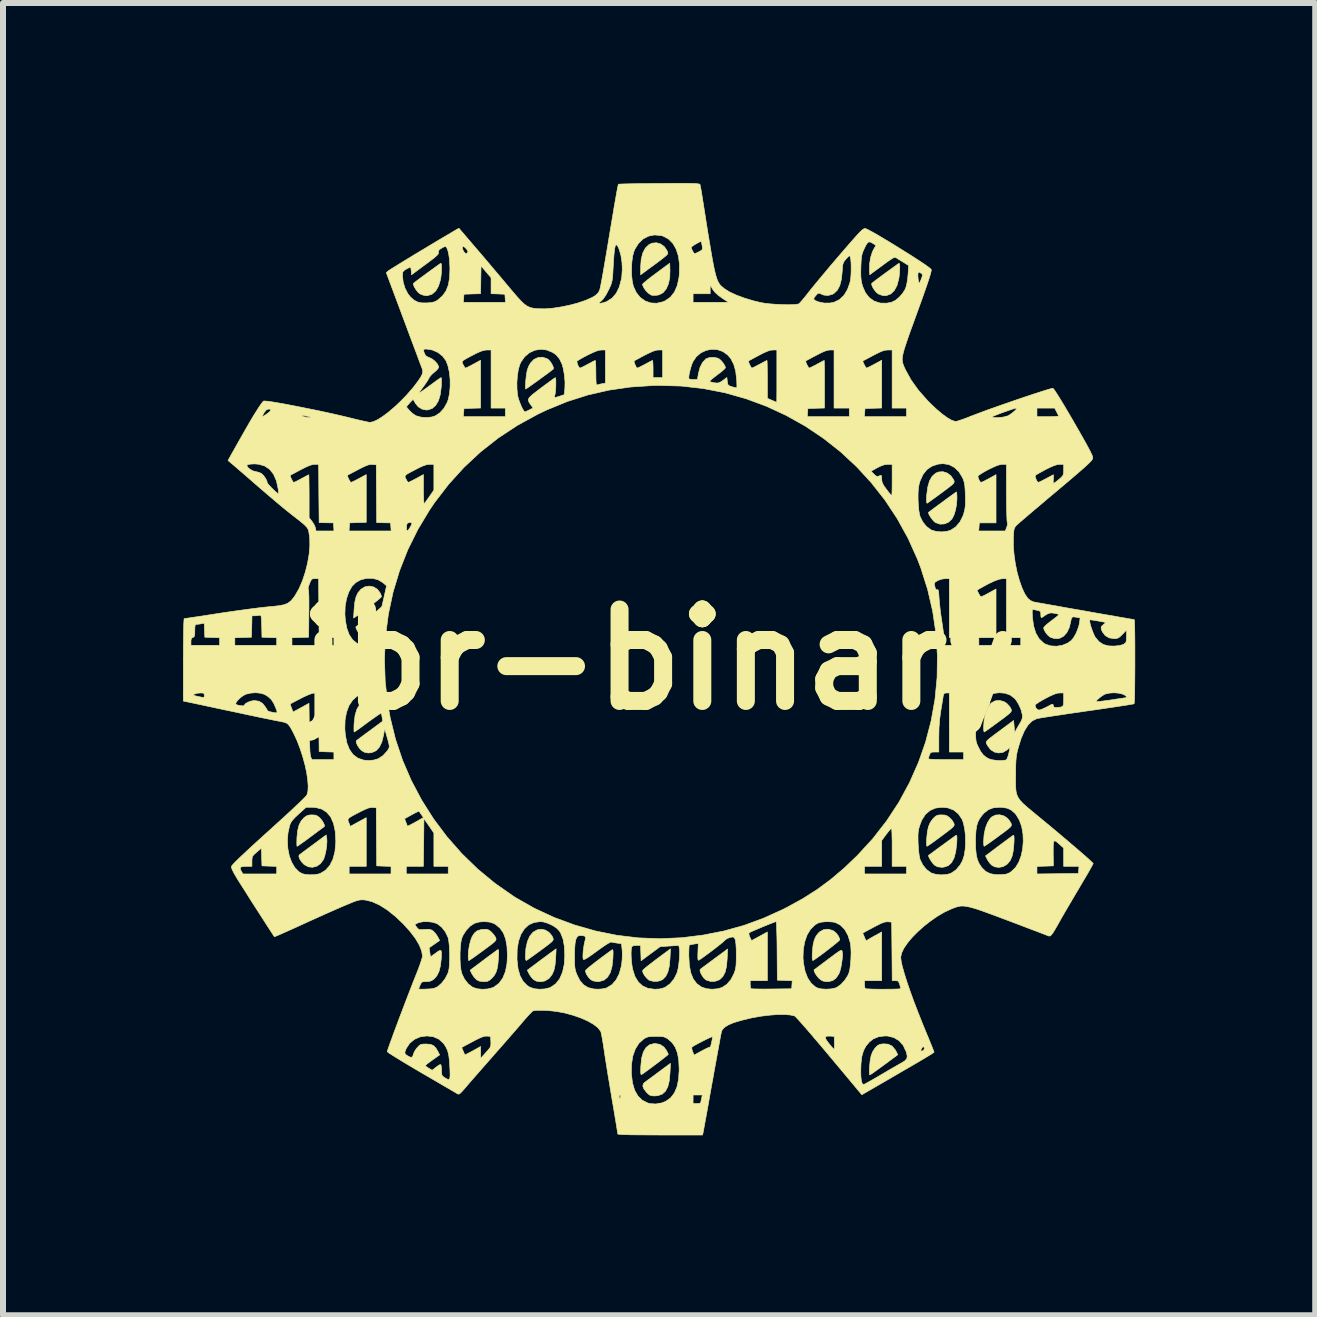
<source format=kicad_pcb>
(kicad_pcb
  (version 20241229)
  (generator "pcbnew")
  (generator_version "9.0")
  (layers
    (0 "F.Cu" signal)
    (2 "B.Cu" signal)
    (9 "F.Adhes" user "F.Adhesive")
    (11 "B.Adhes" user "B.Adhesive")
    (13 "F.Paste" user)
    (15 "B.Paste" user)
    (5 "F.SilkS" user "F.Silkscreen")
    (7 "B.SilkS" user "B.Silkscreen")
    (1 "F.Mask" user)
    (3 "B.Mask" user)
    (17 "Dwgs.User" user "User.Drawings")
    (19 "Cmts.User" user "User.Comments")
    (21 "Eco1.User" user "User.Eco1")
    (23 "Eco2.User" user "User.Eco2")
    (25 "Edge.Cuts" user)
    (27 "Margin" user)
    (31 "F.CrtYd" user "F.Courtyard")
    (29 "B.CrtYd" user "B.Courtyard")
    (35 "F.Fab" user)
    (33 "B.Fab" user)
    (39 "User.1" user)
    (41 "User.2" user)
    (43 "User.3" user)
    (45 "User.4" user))
  (footprint "jbr-binary"
    (layer "F.Cu")
    (at 7.927 7.941)
    (property "Reference" "jbr-binary" (at 0 0 0) (layer "F.SilkS") (effects (font (size 1.524 1.524) (thickness 0.3))))
    (attr through_hole)
    (fp_poly (pts (xy -1.718 4.978) (xy -1.728 5.091) (xy -1.747 5.179) (xy -1.777 5.247) (xy -1.819 5.302) (xy -1.836 5.318) (xy -1.898 5.355) (xy -1.969 5.368) (xy -2.039 5.358) (xy -2.086 5.332) (xy -2.121 5.296) (xy -2.154 5.248) (xy -2.159 5.238) (xy -2.191 5.176) (xy -2.036 5.06) (xy -1.966 5.007) (xy -1.895 4.955) (xy -1.833 4.909) (xy -1.796 4.882) (xy -1.71 4.82) (xy -1.718 4.978)) (stroke (width 0.01) (type solid)) (fill yes) (layer "F.SilkS"))
    (fp_poly (pts (xy 0.032 -6.925) (xy 0.093 -6.881) (xy 0.137 -6.816) (xy 0.149 -6.786) (xy 0.151 -6.776) (xy 0.15 -6.765) (xy 0.143 -6.753) (xy 0.127 -6.735) (xy 0.098 -6.711) (xy 0.055 -6.677) (xy -0.005 -6.631) (xy -0.086 -6.571) (xy -0.179 -6.503) (xy -0.302 -6.412) (xy -0.302 -6.537) (xy -0.293 -6.666) (xy -0.267 -6.773) (xy -0.224 -6.856) (xy -0.166 -6.913) (xy -0.112 -6.939) (xy -0.038 -6.946) (xy 0.032 -6.925)) (stroke (width 0.01) (type solid)) (fill yes) (layer "F.SilkS"))
    (fp_poly (pts (xy 0.187 -6.484) (xy 0.183 -6.363) (xy 0.161 -6.26) (xy 0.124 -6.176) (xy 0.072 -6.114) (xy 0.007 -6.079) (xy -0.032 -6.071) (xy -0.081 -6.069) (xy -0.119 -6.072) (xy -0.127 -6.075) (xy -0.169 -6.102) (xy -0.212 -6.144) (xy -0.247 -6.193) (xy -0.268 -6.239) (xy -0.27 -6.254) (xy -0.258 -6.269) (xy -0.224 -6.298) (xy -0.173 -6.34) (xy -0.108 -6.39) (xy -0.044 -6.438) (xy 0.183 -6.605) (xy 0.187 -6.484)) (stroke (width 0.01) (type solid)) (fill yes) (layer "F.SilkS"))
    (fp_poly (pts (xy 0.187 6.893) (xy 0.175 7.02) (xy 0.15 7.12) (xy 0.111 7.193) (xy 0.057 7.241) (xy -0.014 7.266) (xy -0.07 7.271) (xy -0.121 7.268) (xy -0.157 7.254) (xy -0.193 7.222) (xy -0.201 7.214) (xy -0.248 7.154) (xy -0.266 7.105) (xy -0.255 7.066) (xy -0.236 7.047) (xy -0.211 7.028) (xy -0.165 6.994) (xy -0.104 6.949) (xy -0.035 6.898) (xy -0.002 6.873) (xy 0.195 6.728) (xy 0.187 6.893)) (stroke (width 0.01) (type solid)) (fill yes) (layer "F.SilkS"))
    (fp_poly (pts (xy 1.14 4.987) (xy 1.129 5.112) (xy 1.106 5.209) (xy 1.068 5.281) (xy 1.017 5.331) (xy 1.01 5.335) (xy 0.942 5.36) (xy 0.866 5.363) (xy 0.796 5.342) (xy 0.785 5.336) (xy 0.753 5.308) (xy 0.723 5.267) (xy 0.7 5.223) (xy 0.687 5.185) (xy 0.692 5.161) (xy 0.692 5.161) (xy 0.709 5.147) (xy 0.747 5.119) (xy 0.802 5.078) (xy 0.869 5.028) (xy 0.927 4.985) (xy 1.147 4.823) (xy 1.14 4.987)) (stroke (width 0.01) (type solid)) (fill yes) (layer "F.SilkS"))
    (fp_poly (pts (xy 0.187 4.986) (xy 0.175 5.111) (xy 0.151 5.209) (xy 0.115 5.281) (xy 0.065 5.331) (xy 0.057 5.336) (xy -0.007 5.359) (xy -0.081 5.363) (xy -0.149 5.347) (xy -0.161 5.342) (xy -0.197 5.312) (xy -0.233 5.269) (xy -0.26 5.224) (xy -0.27 5.189) (xy -0.265 5.178) (xy -0.251 5.162) (xy -0.223 5.137) (xy -0.18 5.102) (xy -0.12 5.056) (xy -0.041 4.995) (xy 0.061 4.919) (xy 0.132 4.867) (xy 0.195 4.82) (xy 0.187 4.986)) (stroke (width 0.01) (type solid)) (fill yes) (layer "F.SilkS"))
    (fp_poly (pts (xy 3.822 6.408) (xy 3.889 6.441) (xy 3.941 6.503) (xy 3.952 6.522) (xy 3.983 6.584) (xy 3.755 6.753) (xy 3.681 6.807) (xy 3.616 6.854) (xy 3.564 6.891) (xy 3.529 6.914) (xy 3.516 6.921) (xy 3.511 6.907) (xy 3.51 6.868) (xy 3.511 6.811) (xy 3.513 6.783) (xy 3.523 6.679) (xy 3.539 6.599) (xy 3.563 6.536) (xy 3.599 6.481) (xy 3.611 6.466) (xy 3.648 6.43) (xy 3.686 6.411) (xy 3.739 6.403) (xy 3.822 6.408)) (stroke (width 0.01) (type solid)) (fill yes) (layer "F.SilkS"))
    (fp_poly (pts (xy -5.532 2.974) (xy -5.529 3.031) (xy -5.534 3.106) (xy -5.546 3.188) (xy -5.564 3.265) (xy -5.584 3.326) (xy -5.589 3.335) (xy -5.637 3.4) (xy -5.699 3.443) (xy -5.769 3.461) (xy -5.839 3.453) (xy -5.905 3.418) (xy -5.911 3.413) (xy -5.95 3.372) (xy -5.98 3.327) (xy -5.996 3.287) (xy -5.994 3.259) (xy -5.991 3.256) (xy -5.974 3.243) (xy -5.936 3.214) (xy -5.882 3.174) (xy -5.815 3.124) (xy -5.759 3.083) (xy -5.542 2.922) (xy -5.532 2.974)) (stroke (width 0.01) (type solid)) (fill yes) (layer "F.SilkS"))
    (fp_poly (pts (xy -4.75 -1.21) (xy -4.688 -1.171) (xy -4.643 -1.111) (xy -4.627 -1.074) (xy -4.62 -1.049) (xy -4.62 -1.049) (xy -4.632 -1.035) (xy -4.664 -1.006) (xy -4.713 -0.966) (xy -4.772 -0.919) (xy -4.837 -0.869) (xy -4.903 -0.819) (xy -4.965 -0.773) (xy -5.018 -0.736) (xy -5.039 -0.722) (xy -5.085 -0.692) (xy -5.076 -0.842) (xy -5.065 -0.956) (xy -5.044 -1.045) (xy -5.012 -1.114) (xy -4.965 -1.169) (xy -4.959 -1.175) (xy -4.893 -1.214) (xy -4.821 -1.225) (xy -4.75 -1.21)) (stroke (width 0.01) (type solid)) (fill yes) (layer "F.SilkS"))
    (fp_poly (pts (xy 5.919 2.942) (xy 5.921 2.975) (xy 5.92 3.032) (xy 5.918 3.073) (xy 5.907 3.187) (xy 5.888 3.275) (xy 5.859 3.343) (xy 5.816 3.398) (xy 5.8 3.413) (xy 5.738 3.45) (xy 5.666 3.463) (xy 5.597 3.453) (xy 5.55 3.427) (xy 5.515 3.391) (xy 5.482 3.343) (xy 5.476 3.333) (xy 5.445 3.271) (xy 5.663 3.107) (xy 5.737 3.052) (xy 5.802 3.004) (xy 5.855 2.965) (xy 5.891 2.939) (xy 5.904 2.93) (xy 5.914 2.928) (xy 5.919 2.942)) (stroke (width 0.01) (type solid)) (fill yes) (layer "F.SilkS"))
    (fp_poly (pts (xy -0.766 4.837) (xy -0.762 4.853) (xy -0.761 4.891) (xy -0.763 4.953) (xy -0.764 4.979) (xy -0.778 5.111) (xy -0.807 5.215) (xy -0.852 5.291) (xy -0.912 5.341) (xy -0.989 5.364) (xy -1.02 5.366) (xy -1.093 5.354) (xy -1.133 5.333) (xy -1.172 5.292) (xy -1.204 5.243) (xy -1.221 5.197) (xy -1.222 5.186) (xy -1.21 5.169) (xy -1.174 5.136) (xy -1.116 5.089) (xy -1.04 5.03) (xy -0.949 4.961) (xy -0.843 4.883) (xy -0.789 4.844) (xy -0.775 4.835) (xy -0.766 4.837)) (stroke (width 0.01) (type solid)) (fill yes) (layer "F.SilkS"))
    (fp_poly (pts (xy -1.89 4.507) (xy -1.828 4.546) (xy -1.78 4.602) (xy -1.764 4.636) (xy -1.759 4.653) (xy -1.759 4.668) (xy -1.768 4.685) (xy -1.788 4.707) (xy -1.824 4.736) (xy -1.877 4.777) (xy -1.953 4.833) (xy -1.97 4.846) (xy -2.043 4.899) (xy -2.108 4.946) (xy -2.16 4.983) (xy -2.195 5.007) (xy -2.207 5.014) (xy -2.216 5.003) (xy -2.222 4.969) (xy -2.222 4.95) (xy -2.214 4.814) (xy -2.189 4.699) (xy -2.149 4.608) (xy -2.095 4.543) (xy -2.027 4.504) (xy -1.957 4.493) (xy -1.89 4.507)) (stroke (width 0.01) (type solid)) (fill yes) (layer "F.SilkS"))
    (fp_poly (pts (xy 4.806 -3.109) (xy 4.867 -3.063) (xy 4.912 -2.999) (xy 4.919 -2.983) (xy 4.923 -2.968) (xy 4.921 -2.953) (xy 4.91 -2.935) (xy 4.886 -2.911) (xy 4.846 -2.879) (xy 4.787 -2.834) (xy 4.71 -2.777) (xy 4.637 -2.723) (xy 4.571 -2.675) (xy 4.519 -2.638) (xy 4.484 -2.613) (xy 4.471 -2.605) (xy 4.464 -2.617) (xy 4.462 -2.657) (xy 4.464 -2.722) (xy 4.465 -2.74) (xy 4.482 -2.873) (xy 4.512 -2.978) (xy 4.557 -3.056) (xy 4.616 -3.107) (xy 4.662 -3.126) (xy 4.735 -3.131) (xy 4.806 -3.109)) (stroke (width 0.01) (type solid)) (fill yes) (layer "F.SilkS"))
    (fp_poly (pts (xy -2.669 4.846) (xy -2.667 4.88) (xy -2.67 4.938) (xy -2.671 4.97) (xy -2.68 5.075) (xy -2.694 5.155) (xy -2.714 5.216) (xy -2.743 5.266) (xy -2.778 5.306) (xy -2.818 5.342) (xy -2.852 5.36) (xy -2.896 5.365) (xy -2.917 5.366) (xy -2.985 5.359) (xy -3.034 5.336) (xy -3.038 5.332) (xy -3.073 5.296) (xy -3.106 5.248) (xy -3.112 5.238) (xy -3.143 5.176) (xy -2.925 5.012) (xy -2.852 4.957) (xy -2.786 4.909) (xy -2.733 4.87) (xy -2.698 4.844) (xy -2.685 4.835) (xy -2.674 4.833) (xy -2.669 4.846)) (stroke (width 0.01) (type solid)) (fill yes) (layer "F.SilkS"))
    (fp_poly (pts (xy 0.02 6.412) (xy 0.085 6.455) (xy 0.126 6.509) (xy 0.146 6.548) (xy 0.158 6.574) (xy 0.159 6.579) (xy 0.147 6.59) (xy 0.114 6.617) (xy 0.066 6.654) (xy 0.007 6.7) (xy -0.057 6.748) (xy -0.122 6.797) (xy -0.183 6.842) (xy -0.234 6.879) (xy -0.271 6.905) (xy -0.284 6.913) (xy -0.294 6.914) (xy -0.299 6.9) (xy -0.301 6.865) (xy -0.3 6.806) (xy -0.298 6.769) (xy -0.285 6.64) (xy -0.256 6.538) (xy -0.211 6.464) (xy -0.152 6.418) (xy -0.076 6.398) (xy -0.058 6.398) (xy 0.02 6.412)) (stroke (width 0.01) (type solid)) (fill yes) (layer "F.SilkS"))
    (fp_poly (pts (xy 2.892 4.511) (xy 2.916 4.524) (xy 2.959 4.56) (xy 2.994 4.607) (xy 3.014 4.654) (xy 3.016 4.67) (xy 3.004 4.684) (xy 2.971 4.713) (xy 2.922 4.753) (xy 2.863 4.8) (xy 2.798 4.85) (xy 2.733 4.9) (xy 2.671 4.945) (xy 2.619 4.982) (xy 2.582 5.007) (xy 2.567 5.015) (xy 2.56 5.003) (xy 2.557 4.963) (xy 2.558 4.897) (xy 2.56 4.872) (xy 2.571 4.758) (xy 2.592 4.669) (xy 2.625 4.6) (xy 2.672 4.545) (xy 2.677 4.54) (xy 2.743 4.502) (xy 2.817 4.492) (xy 2.892 4.511)) (stroke (width 0.01) (type solid)) (fill yes) (layer "F.SilkS"))
    (fp_poly (pts (xy 5.752 0.7) (xy 5.8 0.731) (xy 5.838 0.771) (xy 5.866 0.813) (xy 5.871 0.824) (xy 5.876 0.841) (xy 5.876 0.856) (xy 5.867 0.873) (xy 5.846 0.895) (xy 5.81 0.925) (xy 5.756 0.967) (xy 5.68 1.023) (xy 5.66 1.038) (xy 5.586 1.092) (xy 5.521 1.139) (xy 5.47 1.176) (xy 5.435 1.199) (xy 5.423 1.206) (xy 5.417 1.192) (xy 5.414 1.156) (xy 5.413 1.13) (xy 5.421 1.013) (xy 5.443 0.905) (xy 5.478 0.813) (xy 5.523 0.742) (xy 5.55 0.716) (xy 5.611 0.686) (xy 5.682 0.681) (xy 5.752 0.7)) (stroke (width 0.01) (type solid)) (fill yes) (layer "F.SilkS"))
    (fp_poly (pts (xy 5.752 2.605) (xy 5.8 2.636) (xy 5.838 2.676) (xy 5.866 2.719) (xy 5.871 2.73) (xy 5.876 2.747) (xy 5.876 2.763) (xy 5.868 2.779) (xy 5.848 2.801) (xy 5.813 2.83) (xy 5.759 2.871) (xy 5.684 2.926) (xy 5.66 2.944) (xy 5.586 2.998) (xy 5.521 3.045) (xy 5.469 3.081) (xy 5.435 3.104) (xy 5.423 3.111) (xy 5.417 3.097) (xy 5.414 3.061) (xy 5.413 3.035) (xy 5.421 2.918) (xy 5.443 2.81) (xy 5.478 2.718) (xy 5.523 2.647) (xy 5.55 2.621) (xy 5.611 2.591) (xy 5.682 2.586) (xy 5.752 2.605)) (stroke (width 0.01) (type solid)) (fill yes) (layer "F.SilkS"))
    (fp_poly (pts (xy -1.865 -5.016) (xy -1.846 -5.005) (xy -1.818 -4.978) (xy -1.789 -4.939) (xy -1.767 -4.897) (xy -1.754 -4.862) (xy -1.757 -4.842) (xy -1.779 -4.824) (xy -1.82 -4.793) (xy -1.875 -4.752) (xy -1.939 -4.706) (xy -2.005 -4.657) (xy -2.071 -4.61) (xy -2.13 -4.568) (xy -2.177 -4.535) (xy -2.208 -4.514) (xy -2.217 -4.508) (xy -2.221 -4.523) (xy -2.221 -4.562) (xy -2.218 -4.618) (xy -2.217 -4.639) (xy -2.206 -4.741) (xy -2.192 -4.819) (xy -2.171 -4.881) (xy -2.141 -4.935) (xy -2.139 -4.939) (xy -2.082 -5) (xy -2.013 -5.033) (xy -1.939 -5.039) (xy -1.865 -5.016)) (stroke (width 0.01) (type solid)) (fill yes) (layer "F.SilkS"))
    (fp_poly (pts (xy 4.967 2.941) (xy 4.969 2.975) (xy 4.967 3.032) (xy 4.965 3.065) (xy 4.949 3.2) (xy 4.921 3.305) (xy 4.879 3.383) (xy 4.823 3.434) (xy 4.752 3.458) (xy 4.716 3.461) (xy 4.647 3.453) (xy 4.598 3.427) (xy 4.573 3.402) (xy 4.544 3.364) (xy 4.518 3.323) (xy 4.5 3.287) (xy 4.494 3.265) (xy 4.495 3.263) (xy 4.519 3.245) (xy 4.562 3.214) (xy 4.618 3.172) (xy 4.682 3.125) (xy 4.75 3.076) (xy 4.815 3.028) (xy 4.873 2.986) (xy 4.918 2.953) (xy 4.946 2.934) (xy 4.951 2.93) (xy 4.961 2.928) (xy 4.967 2.941)) (stroke (width 0.01) (type solid)) (fill yes) (layer "F.SilkS"))
    (fp_poly (pts (xy -5.725 2.591) (xy -5.686 2.607) (xy -5.646 2.64) (xy -5.614 2.677) (xy -5.588 2.718) (xy -5.572 2.756) (xy -5.571 2.78) (xy -5.574 2.783) (xy -5.588 2.794) (xy -5.623 2.82) (xy -5.676 2.858) (xy -5.741 2.907) (xy -5.798 2.949) (xy -5.87 3.003) (xy -5.933 3.048) (xy -5.984 3.084) (xy -6.016 3.106) (xy -6.026 3.111) (xy -6.03 3.097) (xy -6.031 3.057) (xy -6.03 3) (xy -6.029 2.965) (xy -6.017 2.85) (xy -5.995 2.761) (xy -5.961 2.692) (xy -5.913 2.637) (xy -5.911 2.635) (xy -5.868 2.604) (xy -5.825 2.59) (xy -5.779 2.588) (xy -5.725 2.591)) (stroke (width 0.01) (type solid)) (fill yes) (layer "F.SilkS"))
    (fp_poly (pts (xy -3.623 -6.59) (xy -3.62 -6.552) (xy -3.62 -6.498) (xy -3.623 -6.437) (xy -3.63 -6.377) (xy -3.637 -6.331) (xy -3.67 -6.223) (xy -3.716 -6.143) (xy -3.776 -6.09) (xy -3.848 -6.066) (xy -3.873 -6.064) (xy -3.926 -6.073) (xy -3.978 -6.094) (xy -3.98 -6.095) (xy -4.013 -6.123) (xy -4.045 -6.163) (xy -4.071 -6.206) (xy -4.087 -6.244) (xy -4.087 -6.269) (xy -4.085 -6.27) (xy -4.062 -6.289) (xy -4.021 -6.321) (xy -3.966 -6.362) (xy -3.902 -6.409) (xy -3.836 -6.458) (xy -3.771 -6.505) (xy -3.713 -6.547) (xy -3.667 -6.58) (xy -3.638 -6.6) (xy -3.63 -6.604) (xy -3.623 -6.59)) (stroke (width 0.01) (type solid)) (fill yes) (layer "F.SilkS"))
    (fp_poly (pts (xy 4.013 -6.59) (xy 4.016 -6.551) (xy 4.015 -6.497) (xy 4.011 -6.434) (xy 4.004 -6.371) (xy 3.999 -6.342) (xy 3.969 -6.232) (xy 3.925 -6.15) (xy 3.867 -6.094) (xy 3.797 -6.067) (xy 3.762 -6.064) (xy 3.71 -6.073) (xy 3.658 -6.094) (xy 3.656 -6.095) (xy 3.623 -6.123) (xy 3.591 -6.163) (xy 3.564 -6.206) (xy 3.549 -6.244) (xy 3.549 -6.269) (xy 3.551 -6.27) (xy 3.574 -6.289) (xy 3.615 -6.321) (xy 3.67 -6.362) (xy 3.733 -6.409) (xy 3.8 -6.458) (xy 3.865 -6.505) (xy 3.923 -6.547) (xy 3.969 -6.58) (xy 3.998 -6.6) (xy 4.006 -6.604) (xy 4.013 -6.59)) (stroke (width 0.01) (type solid)) (fill yes) (layer "F.SilkS"))
    (fp_poly (pts (xy 4.965 -2.779) (xy 4.968 -2.741) (xy 4.969 -2.688) (xy 4.969 -2.686) (xy 4.963 -2.588) (xy 4.945 -2.492) (xy 4.919 -2.408) (xy 4.888 -2.347) (xy 4.831 -2.291) (xy 4.761 -2.261) (xy 4.686 -2.257) (xy 4.613 -2.283) (xy 4.608 -2.285) (xy 4.581 -2.309) (xy 4.55 -2.346) (xy 4.521 -2.387) (xy 4.501 -2.424) (xy 4.494 -2.448) (xy 4.495 -2.452) (xy 4.515 -2.468) (xy 4.554 -2.497) (xy 4.607 -2.537) (xy 4.669 -2.583) (xy 4.736 -2.632) (xy 4.802 -2.681) (xy 4.863 -2.725) (xy 4.913 -2.761) (xy 4.947 -2.785) (xy 4.961 -2.794) (xy 4.961 -2.794) (xy 4.965 -2.779)) (stroke (width 0.01) (type solid)) (fill yes) (layer "F.SilkS"))
    (fp_poly (pts (xy -2.843 4.501) (xy -2.81 4.522) (xy -2.79 4.539) (xy -2.752 4.58) (xy -2.723 4.622) (xy -2.717 4.635) (xy -2.712 4.652) (xy -2.712 4.668) (xy -2.72 4.684) (xy -2.741 4.706) (xy -2.776 4.735) (xy -2.829 4.776) (xy -2.904 4.831) (xy -2.928 4.849) (xy -3.002 4.903) (xy -3.067 4.95) (xy -3.119 4.986) (xy -3.153 5.009) (xy -3.166 5.016) (xy -3.171 5.002) (xy -3.174 4.966) (xy -3.175 4.94) (xy -3.17 4.852) (xy -3.155 4.761) (xy -3.134 4.678) (xy -3.112 4.62) (xy -3.071 4.556) (xy -3.023 4.518) (xy -2.959 4.499) (xy -2.931 4.496) (xy -2.879 4.494) (xy -2.843 4.501)) (stroke (width 0.01) (type solid)) (fill yes) (layer "F.SilkS"))
    (fp_poly (pts (xy 3.052 4.85) (xy 3.057 4.863) (xy 3.058 4.869) (xy 3.062 4.915) (xy 3.058 4.982) (xy 3.048 5.058) (xy 3.034 5.135) (xy 3.016 5.2) (xy 3.002 5.236) (xy 2.955 5.306) (xy 2.9 5.348) (xy 2.831 5.365) (xy 2.808 5.366) (xy 2.752 5.361) (xy 2.71 5.343) (xy 2.677 5.318) (xy 2.645 5.284) (xy 2.616 5.243) (xy 2.595 5.204) (xy 2.587 5.177) (xy 2.589 5.169) (xy 2.604 5.159) (xy 2.639 5.132) (xy 2.691 5.093) (xy 2.756 5.044) (xy 2.821 4.995) (xy 2.902 4.935) (xy 2.961 4.891) (xy 3.002 4.863) (xy 3.028 4.848) (xy 3.044 4.845) (xy 3.052 4.85)) (stroke (width 0.01) (type solid)) (fill yes) (layer "F.SilkS"))
    (fp_poly (pts (xy 4.768 2.591) (xy 4.809 2.606) (xy 4.848 2.636) (xy 4.886 2.676) (xy 4.913 2.717) (xy 4.918 2.729) (xy 4.923 2.745) (xy 4.922 2.76) (xy 4.913 2.778) (xy 4.892 2.8) (xy 4.855 2.831) (xy 4.8 2.873) (xy 4.723 2.931) (xy 4.708 2.942) (xy 4.634 2.997) (xy 4.569 3.044) (xy 4.517 3.081) (xy 4.482 3.104) (xy 4.469 3.111) (xy 4.464 3.097) (xy 4.462 3.058) (xy 4.463 3.002) (xy 4.465 2.981) (xy 4.476 2.869) (xy 4.495 2.782) (xy 4.525 2.713) (xy 4.566 2.655) (xy 4.573 2.648) (xy 4.611 2.612) (xy 4.644 2.594) (xy 4.686 2.588) (xy 4.712 2.588) (xy 4.768 2.591)) (stroke (width 0.01) (type solid)) (fill yes) (layer "F.SilkS"))
    (fp_poly (pts (xy 0.421 -7.936) (xy 0.508 -7.935) (xy 0.574 -7.934) (xy 0.622 -7.931) (xy 0.655 -7.928) (xy 0.675 -7.924) (xy 0.685 -7.919) (xy 0.688 -7.915) (xy 0.693 -7.893) (xy 0.702 -7.845) (xy 0.714 -7.775) (xy 0.728 -7.687) (xy 0.744 -7.587) (xy 0.753 -7.53) (xy 0.788 -7.306) (xy 0.819 -7.111) (xy 0.847 -6.943) (xy 0.871 -6.8) (xy 0.892 -6.679) (xy 0.911 -6.578) (xy 0.928 -6.495) (xy 0.944 -6.428) (xy 0.959 -6.374) (xy 0.974 -6.331) (xy 0.989 -6.297) (xy 1.005 -6.269) (xy 1.021 -6.246) (xy 1.032 -6.233) (xy 1.095 -6.179) (xy 1.184 -6.124) (xy 1.297 -6.072) (xy 1.43 -6.023) (xy 1.577 -5.979) (xy 1.696 -5.95) (xy 1.765 -5.938) (xy 1.85 -5.928) (xy 1.944 -5.921) (xy 2.04 -5.916) (xy 2.133 -5.913) (xy 2.215 -5.914) (xy 2.282 -5.918) (xy 2.325 -5.925) (xy 2.336 -5.929) (xy 2.354 -5.947) (xy 2.388 -5.985) (xy 2.404 -6.004) (xy 2.583 -6.004) (xy 2.605 -5.984) (xy 2.655 -5.963) (xy 2.661 -5.961) (xy 2.755 -5.941) (xy 2.856 -5.942) (xy 2.922 -5.955) (xy 3.011 -5.998) (xy 3.086 -6.069) (xy 3.145 -6.166) (xy 3.185 -6.279) (xy 3.196 -6.333) (xy 3.203 -6.401) (xy 3.205 -6.445) (xy 3.366 -6.445) (xy 3.368 -6.377) (xy 3.373 -6.322) (xy 3.383 -6.271) (xy 3.396 -6.222) (xy 3.443 -6.114) (xy 3.509 -6.03) (xy 3.592 -5.972) (xy 3.689 -5.941) (xy 3.798 -5.939) (xy 3.88 -5.955) (xy 3.941 -5.984) (xy 4.005 -6.036) (xy 4.062 -6.1) (xy 4.106 -6.17) (xy 4.118 -6.2) (xy 4.132 -6.253) (xy 4.145 -6.325) (xy 4.153 -6.402) (xy 4.318 -6.402) (xy 4.321 -6.354) (xy 4.327 -6.31) (xy 4.336 -6.279) (xy 4.342 -6.271) (xy 4.35 -6.284) (xy 4.365 -6.318) (xy 4.375 -6.343) (xy 4.39 -6.386) (xy 4.394 -6.411) (xy 4.385 -6.427) (xy 4.372 -6.437) (xy 4.34 -6.457) (xy 4.324 -6.452) (xy 4.318 -6.421) (xy 4.318 -6.402) (xy 4.153 -6.402) (xy 4.153 -6.402) (xy 4.155 -6.423) (xy 4.163 -6.567) (xy 4.078 -6.62) (xy 4.027 -6.651) (xy 3.982 -6.679) (xy 3.959 -6.694) (xy 3.945 -6.701) (xy 3.928 -6.701) (xy 3.905 -6.692) (xy 3.871 -6.671) (xy 3.821 -6.637) (xy 3.752 -6.587) (xy 3.721 -6.564) (xy 3.516 -6.413) (xy 3.511 -6.496) (xy 3.514 -6.597) (xy 3.53 -6.699) (xy 3.559 -6.792) (xy 3.581 -6.837) (xy 3.619 -6.903) (xy 3.563 -6.938) (xy 3.528 -6.957) (xy 3.501 -6.96) (xy 3.477 -6.943) (xy 3.452 -6.904) (xy 3.42 -6.839) (xy 3.42 -6.838) (xy 3.4 -6.793) (xy 3.387 -6.752) (xy 3.378 -6.706) (xy 3.373 -6.648) (xy 3.369 -6.57) (xy 3.368 -6.537) (xy 3.366 -6.445) (xy 3.205 -6.445) (xy 3.206 -6.476) (xy 3.206 -6.551) (xy 3.204 -6.621) (xy 3.198 -6.678) (xy 3.189 -6.716) (xy 3.177 -6.73) (xy 3.177 -6.73) (xy 3.162 -6.718) (xy 3.134 -6.689) (xy 3.115 -6.668) (xy 3.09 -6.637) (xy 3.075 -6.608) (xy 3.065 -6.572) (xy 3.06 -6.52) (xy 3.057 -6.467) (xy 3.043 -6.335) (xy 3.016 -6.231) (xy 2.974 -6.153) (xy 2.918 -6.101) (xy 2.898 -6.089) (xy 2.822 -6.067) (xy 2.75 -6.074) (xy 2.711 -6.09) (xy 2.679 -6.105) (xy 2.657 -6.104) (xy 2.634 -6.085) (xy 2.615 -6.064) (xy 2.588 -6.029) (xy 2.583 -6.004) (xy 2.404 -6.004) (xy 2.433 -6.039) (xy 2.483 -6.102) (xy 2.502 -6.127) (xy 2.547 -6.183) (xy 2.609 -6.258) (xy 2.684 -6.349) (xy 2.769 -6.451) (xy 2.86 -6.56) (xy 2.955 -6.671) (xy 3.02 -6.747) (xy 3.12 -6.863) (xy 3.201 -6.957) (xy 3.266 -7.03) (xy 3.317 -7.087) (xy 3.356 -7.128) (xy 3.386 -7.156) (xy 3.408 -7.173) (xy 3.425 -7.181) (xy 3.439 -7.184) (xy 3.441 -7.183) (xy 3.466 -7.174) (xy 3.513 -7.15) (xy 3.58 -7.114) (xy 3.662 -7.067) (xy 3.755 -7.011) (xy 3.857 -6.95) (xy 3.963 -6.885) (xy 4.07 -6.818) (xy 4.175 -6.753) (xy 4.273 -6.69) (xy 4.36 -6.633) (xy 4.435 -6.583) (xy 4.492 -6.542) (xy 4.528 -6.514) (xy 4.54 -6.501) (xy 4.541 -6.485) (xy 4.535 -6.456) (xy 4.523 -6.41) (xy 4.503 -6.346) (xy 4.475 -6.261) (xy 4.438 -6.154) (xy 4.392 -6.023) (xy 4.335 -5.865) (xy 4.3 -5.769) (xy 4.239 -5.6) (xy 4.187 -5.458) (xy 4.146 -5.34) (xy 4.113 -5.242) (xy 4.088 -5.163) (xy 4.071 -5.099) (xy 4.061 -5.046) (xy 4.057 -5.003) (xy 4.06 -4.966) (xy 4.068 -4.932) (xy 4.08 -4.897) (xy 4.097 -4.86) (xy 4.112 -4.827) (xy 4.206 -4.657) (xy 4.328 -4.487) (xy 4.48 -4.315) (xy 4.524 -4.27) (xy 4.627 -4.173) (xy 4.723 -4.092) (xy 4.808 -4.03) (xy 4.881 -3.988) (xy 4.938 -3.97) (xy 4.951 -3.969) (xy 4.978 -3.975) (xy 5.029 -3.991) (xy 5.097 -4.015) (xy 5.176 -4.045) (xy 5.177 -4.045) (xy 5.556 -4.045) (xy 5.57 -4.035) (xy 5.607 -4.032) (xy 5.658 -4.033) (xy 5.715 -4.038) (xy 5.77 -4.047) (xy 5.813 -4.06) (xy 5.818 -4.062) (xy 5.854 -4.083) (xy 5.893 -4.112) (xy 5.929 -4.142) (xy 5.955 -4.169) (xy 5.965 -4.187) (xy 5.96 -4.191) (xy 6.302 -4.191) (xy 6.302 -4.048) (xy 6.486 -4.048) (xy 6.558 -4.049) (xy 6.615 -4.052) (xy 6.653 -4.056) (xy 6.664 -4.06) (xy 6.654 -4.081) (xy 6.635 -4.118) (xy 6.628 -4.131) (xy 6.598 -4.191) (xy 6.302 -4.191) (xy 5.96 -4.191) (xy 5.96 -4.191) (xy 5.936 -4.186) (xy 5.892 -4.173) (xy 5.833 -4.153) (xy 5.767 -4.13) (xy 5.7 -4.106) (xy 5.639 -4.082) (xy 5.591 -4.063) (xy 5.562 -4.049) (xy 5.556 -4.045) (xy 5.177 -4.045) (xy 5.221 -4.063) (xy 5.294 -4.091) (xy 5.385 -4.125) (xy 5.49 -4.164) (xy 5.607 -4.205) (xy 5.731 -4.249) (xy 5.859 -4.293) (xy 5.986 -4.337) (xy 6.11 -4.379) (xy 6.227 -4.418) (xy 6.332 -4.452) (xy 6.422 -4.481) (xy 6.494 -4.503) (xy 6.544 -4.517) (xy 6.567 -4.521) (xy 6.568 -4.521) (xy 6.582 -4.507) (xy 6.61 -4.467) (xy 6.651 -4.404) (xy 6.702 -4.321) (xy 6.764 -4.219) (xy 6.833 -4.102) (xy 6.909 -3.972) (xy 6.915 -3.961) (xy 6.999 -3.815) (xy 7.068 -3.694) (xy 7.123 -3.596) (xy 7.165 -3.518) (xy 7.196 -3.458) (xy 7.217 -3.413) (xy 7.229 -3.382) (xy 7.232 -3.362) (xy 7.232 -3.358) (xy 7.229 -3.345) (xy 7.219 -3.328) (xy 7.201 -3.306) (xy 7.173 -3.277) (xy 7.133 -3.239) (xy 7.08 -3.191) (xy 7.01 -3.13) (xy 6.923 -3.055) (xy 6.816 -2.964) (xy 6.688 -2.856) (xy 6.618 -2.797) (xy 6.497 -2.696) (xy 6.382 -2.598) (xy 6.276 -2.509) (xy 6.181 -2.428) (xy 6.1 -2.359) (xy 6.035 -2.303) (xy 5.989 -2.263) (xy 5.964 -2.241) (xy 5.962 -2.239) (xy 5.942 -2.216) (xy 5.928 -2.193) (xy 5.919 -2.163) (xy 5.914 -2.117) (xy 5.91 -2.049) (xy 5.909 -2.029) (xy 5.909 -1.892) (xy 5.921 -1.746) (xy 5.942 -1.598) (xy 5.972 -1.453) (xy 6.01 -1.317) (xy 6.053 -1.195) (xy 6.1 -1.094) (xy 6.149 -1.022) (xy 6.192 -0.985) (xy 6.24 -0.963) (xy 6.243 -0.962) (xy 6.275 -0.956) (xy 6.333 -0.945) (xy 6.414 -0.931) (xy 6.514 -0.913) (xy 6.629 -0.893) (xy 6.755 -0.87) (xy 6.89 -0.846) (xy 7.03 -0.822) (xy 7.171 -0.797) (xy 7.31 -0.772) (xy 7.443 -0.749) (xy 7.567 -0.728) (xy 7.678 -0.708) (xy 7.772 -0.692) (xy 7.846 -0.679) (xy 7.898 -0.671) (xy 7.922 -0.667) (xy 7.923 -0.667) (xy 7.926 -0.652) (xy 7.928 -0.608) (xy 7.93 -0.541) (xy 7.932 -0.454) (xy 7.933 -0.351) (xy 7.934 -0.236) (xy 7.934 -0.112) (xy 7.934 0.016) (xy 7.934 0.145) (xy 7.933 0.271) (xy 7.932 0.389) (xy 7.931 0.496) (xy 7.929 0.588) (xy 7.927 0.661) (xy 7.924 0.712) (xy 7.921 0.735) (xy 7.921 0.736) (xy 7.904 0.74) (xy 7.858 0.748) (xy 7.788 0.76) (xy 7.695 0.774) (xy 7.582 0.791) (xy 7.454 0.81) (xy 7.312 0.831) (xy 7.16 0.853) (xy 7.135 0.856) (xy 6.98 0.879) (xy 6.832 0.9) (xy 6.696 0.921) (xy 6.574 0.939) (xy 6.47 0.955) (xy 6.388 0.968) (xy 6.33 0.978) (xy 6.3 0.984) (xy 6.298 0.985) (xy 6.223 1.022) (xy 6.155 1.089) (xy 6.093 1.187) (xy 6.038 1.315) (xy 5.99 1.47) (xy 5.974 1.531) (xy 5.963 1.585) (xy 5.956 1.639) (xy 5.951 1.701) (xy 5.948 1.778) (xy 5.947 1.877) (xy 5.947 1.913) (xy 5.946 2.024) (xy 5.947 2.112) (xy 5.952 2.184) (xy 5.964 2.243) (xy 5.986 2.294) (xy 6.019 2.343) (xy 6.066 2.394) (xy 6.13 2.452) (xy 6.214 2.522) (xy 6.301 2.594) (xy 6.431 2.701) (xy 6.56 2.808) (xy 6.684 2.912) (xy 6.801 3.011) (xy 6.909 3.103) (xy 7.006 3.186) (xy 7.089 3.258) (xy 7.156 3.317) (xy 7.204 3.362) (xy 7.233 3.39) (xy 7.239 3.398) (xy 7.231 3.415) (xy 7.209 3.456) (xy 7.175 3.516) (xy 7.131 3.593) (xy 7.078 3.682) (xy 7.02 3.78) (xy 7.019 3.783) (xy 6.953 3.893) (xy 6.886 4.007) (xy 6.822 4.116) (xy 6.764 4.215) (xy 6.716 4.298) (xy 6.691 4.343) (xy 6.638 4.437) (xy 6.597 4.507) (xy 6.567 4.556) (xy 6.544 4.586) (xy 6.526 4.603) (xy 6.509 4.607) (xy 6.492 4.604) (xy 6.472 4.596) (xy 6.447 4.586) (xy 6.395 4.566) (xy 6.32 4.537) (xy 6.226 4.502) (xy 6.116 4.46) (xy 5.993 4.413) (xy 5.861 4.363) (xy 5.802 4.341) (xy 5.637 4.279) (xy 5.499 4.228) (xy 5.384 4.186) (xy 5.289 4.154) (xy 5.211 4.131) (xy 5.147 4.116) (xy 5.094 4.108) (xy 5.047 4.106) (xy 5.005 4.111) (xy 4.964 4.122) (xy 4.92 4.137) (xy 4.879 4.153) (xy 4.764 4.206) (xy 4.647 4.274) (xy 4.531 4.354) (xy 4.419 4.442) (xy 4.315 4.535) (xy 4.222 4.629) (xy 4.144 4.723) (xy 4.084 4.811) (xy 4.046 4.892) (xy 4.032 4.961) (xy 4.039 5.023) (xy 4.058 5.112) (xy 4.09 5.225) (xy 4.132 5.36) (xy 4.185 5.515) (xy 4.247 5.687) (xy 4.319 5.874) (xy 4.398 6.073) (xy 4.459 6.222) (xy 4.498 6.315) (xy 4.531 6.397) (xy 4.559 6.465) (xy 4.578 6.514) (xy 4.587 6.539) (xy 4.588 6.542) (xy 4.575 6.552) (xy 4.538 6.577) (xy 4.48 6.612) (xy 4.406 6.657) (xy 4.318 6.709) (xy 4.22 6.766) (xy 4.219 6.767) (xy 4.104 6.833) (xy 3.984 6.903) (xy 3.866 6.972) (xy 3.756 7.036) (xy 3.662 7.09) (xy 3.617 7.116) (xy 3.384 7.251) (xy 3.047 6.847) (xy 3.366 6.847) (xy 3.368 6.947) (xy 3.376 7.018) (xy 3.389 7.062) (xy 3.408 7.08) (xy 3.414 7.08) (xy 3.432 7.073) (xy 3.473 7.051) (xy 3.532 7.018) (xy 3.604 6.977) (xy 3.686 6.929) (xy 3.692 6.925) (xy 3.781 6.873) (xy 3.867 6.822) (xy 3.945 6.778) (xy 4.007 6.742) (xy 4.045 6.721) (xy 4.102 6.685) (xy 4.133 6.651) (xy 4.14 6.61) (xy 4.129 6.553) (xy 4.121 6.528) (xy 4.109 6.504) (xy 4.368 6.504) (xy 4.37 6.523) (xy 4.394 6.52) (xy 4.412 6.51) (xy 4.426 6.485) (xy 4.422 6.467) (xy 4.412 6.447) (xy 4.401 6.452) (xy 4.388 6.468) (xy 4.368 6.504) (xy 4.109 6.504) (xy 4.073 6.427) (xy 4.004 6.35) (xy 3.918 6.298) (xy 3.816 6.273) (xy 3.774 6.271) (xy 3.667 6.283) (xy 3.576 6.32) (xy 3.511 6.371) (xy 3.454 6.438) (xy 3.412 6.517) (xy 3.384 6.612) (xy 3.37 6.729) (xy 3.366 6.847) (xy 3.047 6.847) (xy 2.841 6.601) (xy 2.737 6.477) (xy 2.638 6.36) (xy 2.592 6.307) (xy 2.776 6.307) (xy 2.797 6.346) (xy 2.835 6.396) (xy 2.873 6.442) (xy 2.903 6.476) (xy 2.92 6.492) (xy 2.921 6.493) (xy 2.925 6.478) (xy 2.927 6.44) (xy 2.927 6.387) (xy 2.927 6.386) (xy 2.924 6.279) (xy 2.863 6.274) (xy 2.809 6.274) (xy 2.78 6.284) (xy 2.776 6.307) (xy 2.592 6.307) (xy 2.547 6.253) (xy 2.465 6.158) (xy 2.394 6.077) (xy 2.336 6.012) (xy 2.294 5.967) (xy 2.269 5.942) (xy 2.264 5.938) (xy 2.192 5.922) (xy 2.095 5.914) (xy 1.978 5.915) (xy 1.846 5.925) (xy 1.705 5.942) (xy 1.559 5.968) (xy 1.508 5.979) (xy 1.364 6.015) (xy 1.248 6.05) (xy 1.161 6.087) (xy 1.099 6.125) (xy 1.06 6.166) (xy 1.045 6.201) (xy 1.04 6.226) (xy 1.029 6.279) (xy 1.015 6.357) (xy 0.997 6.457) (xy 0.975 6.575) (xy 0.951 6.709) (xy 0.924 6.855) (xy 0.897 7.01) (xy 0.889 7.05) (xy 0.861 7.206) (xy 0.835 7.354) (xy 0.811 7.49) (xy 0.789 7.611) (xy 0.77 7.713) (xy 0.755 7.795) (xy 0.745 7.853) (xy 0.739 7.883) (xy 0.738 7.886) (xy 0.73 7.922) (xy 0.024 7.922) (xy -0.168 7.921) (xy -0.329 7.92) (xy -0.458 7.919) (xy -0.558 7.916) (xy -0.628 7.913) (xy -0.67 7.909) (xy -0.683 7.905) (xy -0.685 7.886) (xy -0.693 7.839) (xy -0.704 7.769) (xy -0.719 7.678) (xy -0.737 7.57) (xy -0.757 7.449) (xy -0.778 7.33) (xy -0.787 7.272) (xy -0.661 7.272) (xy -0.656 7.296) (xy -0.646 7.317) (xy -0.64 7.309) (xy -0.638 7.297) (xy -0.637 7.268) (xy -0.642 7.259) (xy -0.656 7.255) (xy -0.661 7.272) (xy -0.787 7.272) (xy -0.802 7.185) (xy -0.826 7.038) (xy -0.85 6.897) (xy -0.457 6.897) (xy -0.456 6.904) (xy -0.438 7.053) (xy -0.402 7.176) (xy -0.347 7.272) (xy -0.275 7.343) (xy -0.184 7.388) (xy -0.143 7.399) (xy -0.051 7.405) (xy 0.045 7.389) (xy 0.118 7.36) (xy 0.199 7.302) (xy 0.235 7.255) (xy 0.572 7.255) (xy 0.572 7.398) (xy 0.635 7.398) (xy 0.675 7.395) (xy 0.697 7.388) (xy 0.699 7.386) (xy 0.702 7.364) (xy 0.711 7.325) (xy 0.713 7.314) (xy 0.727 7.255) (xy 0.572 7.255) (xy 0.235 7.255) (xy 0.26 7.222) (xy 0.304 7.12) (xy 0.33 6.995) (xy 0.34 6.843) (xy 0.34 6.818) (xy 0.333 6.674) (xy 0.312 6.556) (xy 0.283 6.48) (xy 0.55 6.48) (xy 0.559 6.518) (xy 0.564 6.531) (xy 0.589 6.59) (xy 0.723 6.517) (xy 0.78 6.487) (xy 0.826 6.466) (xy 0.853 6.456) (xy 0.859 6.456) (xy 0.863 6.449) (xy 0.871 6.419) (xy 0.88 6.382) (xy 0.89 6.332) (xy 0.895 6.296) (xy 0.894 6.284) (xy 0.88 6.288) (xy 0.844 6.303) (xy 0.793 6.327) (xy 0.735 6.356) (xy 0.675 6.387) (xy 0.621 6.416) (xy 0.578 6.44) (xy 0.554 6.457) (xy 0.553 6.458) (xy 0.55 6.48) (xy 0.283 6.48) (xy 0.276 6.46) (xy 0.223 6.383) (xy 0.153 6.321) (xy 0.148 6.318) (xy 0.115 6.298) (xy 0.081 6.286) (xy 0.037 6.28) (xy -0.027 6.279) (xy -0.048 6.279) (xy -0.117 6.28) (xy -0.165 6.284) (xy -0.201 6.294) (xy -0.236 6.312) (xy -0.252 6.323) (xy -0.33 6.393) (xy -0.39 6.488) (xy -0.432 6.605) (xy -0.454 6.742) (xy -0.457 6.897) (xy -0.85 6.897) (xy -0.85 6.893) (xy -0.872 6.757) (xy -0.891 6.637) (xy -0.906 6.539) (xy -0.912 6.496) (xy -0.926 6.404) (xy -0.94 6.322) (xy -0.952 6.256) (xy -0.962 6.21) (xy -0.968 6.193) (xy -1.013 6.135) (xy -1.086 6.078) (xy -1.182 6.023) (xy -1.297 5.972) (xy -1.426 5.927) (xy -1.566 5.889) (xy -1.688 5.866) (xy -1.772 5.855) (xy -1.86 5.847) (xy -1.944 5.844) (xy -2.018 5.844) (xy -2.074 5.849) (xy -2.097 5.855) (xy -2.116 5.871) (xy -2.151 5.906) (xy -2.197 5.956) (xy -2.249 6.016) (xy -2.263 6.032) (xy -2.309 6.087) (xy -2.372 6.16) (xy -2.449 6.248) (xy -2.534 6.346) (xy -2.625 6.45) (xy -2.718 6.555) (xy -2.753 6.596) (xy -2.843 6.698) (xy -2.932 6.799) (xy -3.015 6.894) (xy -3.09 6.98) (xy -3.152 7.051) (xy -3.199 7.106) (xy -3.214 7.124) (xy -3.264 7.181) (xy -3.298 7.217) (xy -3.321 7.236) (xy -3.338 7.241) (xy -3.354 7.236) (xy -3.357 7.233) (xy -3.377 7.221) (xy -3.422 7.195) (xy -3.488 7.156) (xy -3.573 7.107) (xy -3.672 7.049) (xy -3.783 6.984) (xy -3.904 6.914) (xy -3.957 6.883) (xy -4.079 6.811) (xy -4.192 6.744) (xy -4.293 6.683) (xy -4.379 6.63) (xy -4.448 6.587) (xy -4.487 6.561) (xy -4.23 6.561) (xy -4.212 6.584) (xy -4.184 6.603) (xy -4.139 6.626) (xy -4.112 6.625) (xy -4.095 6.598) (xy -4.088 6.574) (xy -4.072 6.534) (xy -4.042 6.487) (xy -4.025 6.467) (xy -3.993 6.432) (xy -3.966 6.414) (xy -3.931 6.407) (xy -3.877 6.406) (xy -3.805 6.411) (xy -3.754 6.432) (xy -3.713 6.474) (xy -3.681 6.528) (xy -3.651 6.587) (xy -3.77 6.671) (xy -3.822 6.709) (xy -3.863 6.74) (xy -3.886 6.761) (xy -3.889 6.765) (xy -3.877 6.779) (xy -3.846 6.801) (xy -3.832 6.809) (xy -3.776 6.843) (xy -3.715 6.795) (xy -3.676 6.767) (xy -3.646 6.749) (xy -3.637 6.747) (xy -3.627 6.762) (xy -3.621 6.804) (xy -3.619 6.841) (xy -3.618 6.894) (xy -3.612 6.926) (xy -3.595 6.947) (xy -3.568 6.966) (xy -3.53 6.988) (xy -3.504 6.998) (xy -3.488 6.992) (xy -3.48 6.967) (xy -3.477 6.919) (xy -3.479 6.844) (xy -3.481 6.798) (xy -3.488 6.682) (xy -3.5 6.59) (xy -3.518 6.517) (xy -3.543 6.463) (xy -3.284 6.463) (xy -3.26 6.521) (xy -3.243 6.56) (xy -3.232 6.583) (xy -3.231 6.585) (xy -3.216 6.58) (xy -3.18 6.562) (xy -3.129 6.536) (xy -3.097 6.519) (xy -2.969 6.447) (xy -2.968 6.546) (xy -2.967 6.644) (xy -2.881 6.548) (xy -2.838 6.5) (xy -2.812 6.466) (xy -2.8 6.437) (xy -2.797 6.403) (xy -2.798 6.366) (xy -2.802 6.279) (xy -2.861 6.274) (xy -2.893 6.275) (xy -2.93 6.284) (xy -2.98 6.304) (xy -3.047 6.337) (xy -3.102 6.366) (xy -3.284 6.463) (xy -3.543 6.463) (xy -3.546 6.456) (xy -3.583 6.4) (xy -3.591 6.391) (xy -3.665 6.324) (xy -3.757 6.284) (xy -3.862 6.271) (xy -3.972 6.285) (xy -4.068 6.326) (xy -4.148 6.391) (xy -4.207 6.478) (xy -4.229 6.535) (xy -4.23 6.561) (xy -4.487 6.561) (xy -4.497 6.555) (xy -4.522 6.536) (xy -4.524 6.533) (xy -4.519 6.512) (xy -4.503 6.466) (xy -4.479 6.397) (xy -4.447 6.31) (xy -4.41 6.207) (xy -4.367 6.093) (xy -4.322 5.972) (xy -4.274 5.846) (xy -4.226 5.72) (xy -4.179 5.597) (xy -4.134 5.481) (xy -4.093 5.375) (xy -4.056 5.283) (xy -4.05 5.268) (xy -4.014 5.177) (xy -3.983 5.094) (xy -3.959 5.023) (xy -3.943 4.97) (xy -3.937 4.941) (xy -3.951 4.854) (xy -3.991 4.755) (xy -4.056 4.645) (xy -4.146 4.528) (xy -4.247 4.415) (xy -4.065 4.415) (xy -4.033 4.46) (xy -4.013 4.484) (xy -3.993 4.497) (xy -3.961 4.5) (xy -3.909 4.498) (xy -3.901 4.497) (xy -3.843 4.494) (xy -3.804 4.499) (xy -3.774 4.512) (xy -3.758 4.524) (xy -3.722 4.562) (xy -3.688 4.61) (xy -3.683 4.62) (xy -3.651 4.681) (xy -3.739 4.742) (xy -3.826 4.802) (xy -3.816 4.874) (xy -3.809 4.917) (xy -3.804 4.945) (xy -3.803 4.949) (xy -3.789 4.943) (xy -3.758 4.921) (xy -3.726 4.898) (xy -3.677 4.862) (xy -3.645 4.845) (xy -3.627 4.852) (xy -3.621 4.883) (xy -3.622 4.943) (xy -3.624 4.981) (xy -3.638 5.102) (xy -3.662 5.197) (xy -3.698 5.269) (xy -3.74 5.318) (xy -3.783 5.349) (xy -3.826 5.363) (xy -3.874 5.366) (xy -3.921 5.367) (xy -3.948 5.376) (xy -3.965 5.398) (xy -3.976 5.423) (xy -3.992 5.462) (xy -4 5.486) (xy -4 5.488) (xy -3.986 5.491) (xy -3.947 5.492) (xy -3.891 5.491) (xy -3.868 5.49) (xy -3.796 5.486) (xy -3.745 5.477) (xy -3.706 5.462) (xy -3.677 5.445) (xy -3.616 5.39) (xy -3.559 5.316) (xy -3.516 5.233) (xy -3.504 5.2) (xy -3.493 5.143) (xy -3.487 5.065) (xy -3.484 4.972) (xy -3.484 4.892) (xy -3.311 4.892) (xy -3.311 4.995) (xy -3.306 5.093) (xy -3.295 5.177) (xy -3.282 5.231) (xy -3.238 5.323) (xy -3.176 5.402) (xy -3.104 5.458) (xy -3.098 5.461) (xy -3.026 5.485) (xy -2.939 5.494) (xy -2.849 5.488) (xy -2.768 5.467) (xy -2.745 5.456) (xy -2.664 5.396) (xy -2.6 5.31) (xy -2.555 5.2) (xy -2.529 5.067) (xy -2.524 4.984) (xy -2.362 4.984) (xy -2.361 5.005) (xy -2.345 5.15) (xy -2.311 5.269) (xy -2.26 5.362) (xy -2.191 5.432) (xy -2.146 5.46) (xy -2.076 5.484) (xy -1.989 5.493) (xy -1.899 5.488) (xy -1.818 5.468) (xy -1.798 5.459) (xy -1.716 5.402) (xy -1.651 5.319) (xy -1.604 5.211) (xy -1.575 5.08) (xy -1.566 4.937) (xy -1.404 4.937) (xy -1.403 5.029) (xy -1.401 5.096) (xy -1.395 5.147) (xy -1.386 5.189) (xy -1.372 5.23) (xy -1.367 5.243) (xy -1.316 5.345) (xy -1.254 5.418) (xy -1.176 5.466) (xy -1.081 5.489) (xy -1.019 5.492) (xy -0.957 5.489) (xy -0.899 5.48) (xy -0.869 5.471) (xy -0.78 5.417) (xy -0.71 5.337) (xy -0.657 5.232) (xy -0.622 5.101) (xy -0.617 5.067) (xy -0.609 4.985) (xy -0.607 4.9) (xy -0.607 4.889) (xy -0.461 4.889) (xy -0.459 4.964) (xy -0.453 5.044) (xy -0.443 5.118) (xy -0.435 5.16) (xy -0.397 5.28) (xy -0.341 5.372) (xy -0.269 5.438) (xy -0.179 5.478) (xy -0.07 5.493) (xy -0.064 5.493) (xy 0.018 5.488) (xy 0.083 5.47) (xy 0.112 5.457) (xy 0.187 5.403) (xy 0.252 5.325) (xy 0.3 5.232) (xy 0.31 5.202) (xy 0.324 5.143) (xy 0.335 5.068) (xy 0.344 4.987) (xy 0.346 4.942) (xy 0.501 4.942) (xy 0.51 5.095) (xy 0.534 5.221) (xy 0.575 5.322) (xy 0.634 5.4) (xy 0.71 5.455) (xy 0.717 5.458) (xy 0.796 5.484) (xy 0.889 5.493) (xy 0.982 5.485) (xy 1.056 5.463) (xy 1.136 5.41) (xy 1.204 5.33) (xy 1.256 5.228) (xy 1.271 5.185) (xy 1.281 5.144) (xy 1.288 5.095) (xy 1.291 5.033) (xy 1.292 4.948) (xy 1.292 4.921) (xy 1.291 4.821) (xy 1.286 4.741) (xy 1.279 4.684) (xy 1.273 4.662) (xy 1.257 4.632) (xy 1.237 4.622) (xy 1.199 4.627) (xy 1.194 4.627) (xy 1.134 4.651) (xy 1.095 4.683) (xy 1.071 4.706) (xy 1.027 4.742) (xy 0.969 4.788) (xy 0.903 4.839) (xy 0.835 4.89) (xy 0.77 4.938) (xy 0.715 4.978) (xy 0.675 5.004) (xy 0.669 5.008) (xy 0.659 5.009) (xy 0.653 4.993) (xy 0.651 4.957) (xy 0.652 4.894) (xy 0.653 4.875) (xy 0.659 4.73) (xy 0.587 4.74) (xy 0.543 4.748) (xy 0.513 4.755) (xy 0.508 4.758) (xy 0.505 4.776) (xy 0.503 4.819) (xy 0.501 4.88) (xy 0.501 4.942) (xy 0.346 4.942) (xy 0.348 4.909) (xy 0.348 4.844) (xy 0.343 4.805) (xy 0.333 4.763) (xy 0.178 4.773) (xy 0.024 4.783) (xy -0.135 4.9) (xy -0.294 5.018) (xy -0.303 4.763) (xy -0.372 4.763) (xy -0.423 4.767) (xy -0.448 4.783) (xy -0.451 4.788) (xy -0.458 4.827) (xy -0.461 4.889) (xy -0.607 4.889) (xy -0.61 4.838) (xy -0.621 4.734) (xy -0.696 4.724) (xy -0.745 4.716) (xy -0.784 4.709) (xy -0.794 4.706) (xy -0.814 4.713) (xy -0.855 4.736) (xy -0.911 4.772) (xy -0.978 4.819) (xy -1.031 4.858) (xy -1.118 4.921) (xy -1.182 4.965) (xy -1.225 4.99) (xy -1.25 4.999) (xy -1.257 4.997) (xy -1.263 4.969) (xy -1.263 4.92) (xy -1.259 4.857) (xy -1.25 4.789) (xy -1.239 4.725) (xy -1.229 4.686) (xy -1.219 4.641) (xy -1.224 4.615) (xy -1.25 4.603) (xy -1.302 4.598) (xy -1.303 4.598) (xy -1.338 4.603) (xy -1.363 4.625) (xy -1.382 4.665) (xy -1.394 4.727) (xy -1.401 4.815) (xy -1.404 4.931) (xy -1.404 4.937) (xy -1.566 4.937) (xy -1.566 4.926) (xy -1.566 4.921) (xy -1.573 4.778) (xy -1.594 4.66) (xy -1.631 4.564) (xy -1.655 4.523) (xy -1.7 4.476) (xy -1.767 4.431) (xy -1.845 4.395) (xy -1.923 4.371) (xy -1.973 4.366) (xy -2.077 4.38) (xy -2.166 4.42) (xy -2.239 4.487) (xy -2.297 4.578) (xy -2.337 4.692) (xy -2.359 4.828) (xy -2.362 4.984) (xy -2.524 4.984) (xy -2.522 4.932) (xy -2.529 4.781) (xy -2.551 4.656) (xy -2.589 4.555) (xy -2.645 4.475) (xy -2.718 4.414) (xy -2.75 4.396) (xy -2.819 4.374) (xy -2.903 4.366) (xy -2.99 4.372) (xy -3.066 4.393) (xy -3.073 4.396) (xy -3.142 4.441) (xy -3.207 4.51) (xy -3.26 4.591) (xy -3.282 4.642) (xy -3.297 4.706) (xy -3.306 4.792) (xy -3.311 4.892) (xy -3.484 4.892) (xy -3.485 4.874) (xy -3.489 4.78) (xy -3.498 4.698) (xy -3.509 4.637) (xy -3.512 4.627) (xy -3.557 4.535) (xy -3.618 4.458) (xy -3.69 4.403) (xy -3.706 4.396) (xy -3.771 4.376) (xy -3.849 4.367) (xy -3.928 4.368) (xy -3.995 4.381) (xy -4.018 4.39) (xy -4.065 4.415) (xy -4.247 4.415) (xy -4.251 4.41) (xy -4.389 4.279) (xy -4.523 4.172) (xy -4.653 4.09) (xy -4.776 4.034) (xy -4.89 4.006) (xy -4.904 4.005) (xy -4.939 4.003) (xy -4.97 4.004) (xy -5.004 4.01) (xy -5.046 4.022) (xy -5.102 4.043) (xy -5.176 4.074) (xy -5.256 4.107) (xy -5.341 4.144) (xy -5.448 4.191) (xy -5.57 4.245) (xy -5.7 4.304) (xy -5.832 4.363) (xy -5.958 4.421) (xy -6.068 4.471) (xy -6.168 4.516) (xy -6.255 4.555) (xy -6.325 4.586) (xy -6.375 4.607) (xy -6.402 4.617) (xy -6.405 4.617) (xy -6.416 4.602) (xy -6.441 4.563) (xy -6.479 4.505) (xy -6.527 4.431) (xy -6.582 4.345) (xy -6.643 4.25) (xy -6.707 4.151) (xy -6.772 4.05) (xy -6.835 3.951) (xy -6.893 3.858) (xy -6.946 3.775) (xy -6.99 3.706) (xy -7.023 3.653) (xy -7.031 3.64) (xy -7.081 3.554) (xy -7.111 3.492) (xy -7.116 3.476) (xy -6.975 3.476) (xy -6.965 3.508) (xy -6.958 3.522) (xy -6.929 3.572) (xy -6.648 3.572) (xy -6.366 3.572) (xy -6.366 3.446) (xy -6.489 3.442) (xy -6.612 3.437) (xy -6.617 3.29) (xy -6.621 3.142) (xy -6.7 3.209) (xy -6.742 3.246) (xy -6.766 3.274) (xy -6.776 3.304) (xy -6.779 3.347) (xy -6.779 3.36) (xy -6.779 3.445) (xy -6.862 3.445) (xy -6.927 3.448) (xy -6.963 3.457) (xy -6.975 3.476) (xy -7.116 3.476) (xy -7.122 3.455) (xy -7.121 3.448) (xy -7.113 3.435) (xy -7.095 3.413) (xy -7.066 3.382) (xy -7.023 3.339) (xy -6.966 3.284) (xy -6.893 3.216) (xy -6.803 3.132) (xy -6.694 3.032) (xy -6.685 3.024) (xy -6.188 3.024) (xy -6.18 3.151) (xy -6.156 3.271) (xy -6.117 3.377) (xy -6.064 3.466) (xy -5.998 3.534) (xy -5.945 3.566) (xy -5.889 3.58) (xy -5.815 3.586) (xy -5.736 3.584) (xy -5.667 3.572) (xy -5.639 3.563) (xy -5.552 3.51) (xy -5.482 3.431) (xy -5.43 3.328) (xy -5.396 3.201) (xy -5.382 3.053) (xy -5.382 3.016) (xy -5.391 2.861) (xy -5.419 2.73) (xy -5.445 2.672) (xy -5.179 2.672) (xy -5.174 2.694) (xy -5.164 2.719) (xy -5.14 2.779) (xy -5.007 2.706) (xy -4.874 2.634) (xy -4.874 3.445) (xy -5.159 3.445) (xy -5.159 3.572) (xy -4.461 3.572) (xy -4.461 3.446) (xy -4.495 3.445) (xy -4.207 3.445) (xy -4.207 3.572) (xy -3.508 3.572) (xy -3.508 3.445) (xy -3.747 3.445) (xy -3.747 2.889) (xy -3.913 2.649) (xy -3.917 3.047) (xy -3.922 3.445) (xy -4.207 3.445) (xy -4.495 3.445) (xy -4.581 3.442) (xy -4.7 3.437) (xy -4.704 2.953) (xy -4.706 2.652) (xy -4.236 2.652) (xy -4.187 2.777) (xy -4.121 2.744) (xy -4.065 2.714) (xy -4.004 2.68) (xy -3.989 2.671) (xy -3.921 2.632) (xy -3.956 2.582) (xy -3.979 2.549) (xy -3.993 2.528) (xy -3.994 2.526) (xy -4.009 2.531) (xy -4.045 2.548) (xy -4.095 2.574) (xy -4.117 2.586) (xy -4.236 2.652) (xy -4.706 2.652) (xy -4.707 2.469) (xy -4.766 2.464) (xy -4.802 2.465) (xy -4.845 2.476) (xy -4.902 2.5) (xy -4.98 2.538) (xy -4.981 2.539) (xy -5.062 2.581) (xy -5.119 2.612) (xy -5.155 2.635) (xy -5.174 2.654) (xy -5.179 2.672) (xy -5.445 2.672) (xy -5.465 2.625) (xy -5.53 2.546) (xy -5.613 2.492) (xy -5.715 2.465) (xy -5.779 2.461) (xy -5.876 2.461) (xy -6.002 2.575) (xy -6.063 2.632) (xy -6.104 2.677) (xy -6.13 2.715) (xy -6.147 2.754) (xy -6.151 2.765) (xy -6.179 2.894) (xy -6.188 3.024) (xy -6.685 3.024) (xy -6.565 2.915) (xy -6.414 2.778) (xy -6.318 2.691) (xy -6.218 2.6) (xy -6.125 2.514) (xy -6.042 2.436) (xy -5.971 2.369) (xy -5.916 2.315) (xy -5.879 2.276) (xy -5.863 2.256) (xy -5.863 2.256) (xy -5.846 2.193) (xy -5.842 2.106) (xy -5.85 2) (xy -5.868 1.879) (xy -5.896 1.75) (xy -5.933 1.615) (xy -5.977 1.481) (xy -6.027 1.351) (xy -6.075 1.247) (xy -6.115 1.169) (xy -6.147 1.115) (xy -6.175 1.079) (xy -6.204 1.058) (xy -6.24 1.044) (xy -6.288 1.035) (xy -6.29 1.034) (xy -6.326 1.027) (xy -6.389 1.015) (xy -6.475 0.997) (xy -6.583 0.975) (xy -6.708 0.949) (xy -6.846 0.92) (xy -6.994 0.888) (xy -7.149 0.855) (xy -7.156 0.854) (xy -7.712 0.735) (xy -7.05 0.735) (xy -7.045 0.747) (xy -7.01 0.76) (xy -6.968 0.768) (xy -6.931 0.771) (xy -6.908 0.766) (xy -6.906 0.762) (xy -6.892 0.739) (xy -6.855 0.715) (xy -6.807 0.695) (xy -6.755 0.684) (xy -6.734 0.683) (xy -6.661 0.694) (xy -6.602 0.73) (xy -6.554 0.791) (xy -6.531 0.828) (xy -6.517 0.852) (xy -6.515 0.855) (xy -6.497 0.863) (xy -6.461 0.873) (xy -6.418 0.882) (xy -6.383 0.887) (xy -6.378 0.887) (xy -6.362 0.885) (xy -6.36 0.872) (xy -6.369 0.838) (xy -6.373 0.827) (xy -6.41 0.739) (xy -6.14 0.739) (xy -6.138 0.754) (xy -6.126 0.789) (xy -6.119 0.808) (xy -6.093 0.873) (xy -5.96 0.801) (xy -5.828 0.728) (xy -5.823 1.154) (xy -5.821 1.306) (xy -5.817 1.427) (xy -5.813 1.519) (xy -5.807 1.583) (xy -5.8 1.619) (xy -5.799 1.623) (xy -5.779 1.667) (xy -5.413 1.667) (xy -5.413 1.541) (xy -5.536 1.537) (xy -5.659 1.532) (xy -5.663 1.155) (xy -5.231 1.155) (xy -5.223 1.249) (xy -5.198 1.387) (xy -5.154 1.498) (xy -5.093 1.583) (xy -5.014 1.642) (xy -4.918 1.675) (xy -4.834 1.682) (xy -4.748 1.674) (xy -4.677 1.653) (xy -4.675 1.653) (xy -4.595 1.6) (xy -4.525 1.523) (xy -4.504 1.492) (xy -4.494 1.471) (xy -4.49 1.449) (xy -4.494 1.417) (xy -4.505 1.368) (xy -4.524 1.302) (xy -4.567 1.151) (xy -4.586 1.26) (xy -4.615 1.375) (xy -4.656 1.46) (xy -4.71 1.518) (xy -4.779 1.549) (xy -4.837 1.556) (xy -4.899 1.546) (xy -4.953 1.514) (xy -4.954 1.513) (xy -4.989 1.476) (xy -5.018 1.433) (xy -5.037 1.391) (xy -5.042 1.36) (xy -5.037 1.35) (xy -5.021 1.338) (xy -4.983 1.309) (xy -4.929 1.269) (xy -4.863 1.22) (xy -4.812 1.183) (xy -4.6 1.026) (xy -4.609 0.964) (xy -4.616 0.923) (xy -4.624 0.897) (xy -4.625 0.894) (xy -4.64 0.9) (xy -4.676 0.923) (xy -4.728 0.959) (xy -4.793 1.005) (xy -4.849 1.046) (xy -4.921 1.099) (xy -4.983 1.145) (xy -5.033 1.18) (xy -5.065 1.201) (xy -5.075 1.206) (xy -5.078 1.192) (xy -5.079 1.152) (xy -5.078 1.095) (xy -5.076 1.057) (xy -5.06 0.927) (xy -5.029 0.825) (xy -4.983 0.75) (xy -4.922 0.703) (xy -4.846 0.683) (xy -4.825 0.683) (xy -4.77 0.687) (xy -4.728 0.704) (xy -4.689 0.734) (xy -4.655 0.762) (xy -4.64 0.769) (xy -4.639 0.757) (xy -4.64 0.754) (xy -4.647 0.719) (xy -4.656 0.669) (xy -4.659 0.648) (xy -4.668 0.603) (xy -4.685 0.574) (xy -4.717 0.559) (xy -4.769 0.552) (xy -4.829 0.552) (xy -4.934 0.567) (xy -5.025 0.609) (xy -5.101 0.676) (xy -5.161 0.766) (xy -5.203 0.877) (xy -5.227 1.008) (xy -5.231 1.155) (xy -5.663 1.155) (xy -5.668 0.556) (xy -5.728 0.556) (xy -5.772 0.562) (xy -5.833 0.584) (xy -5.915 0.621) (xy -5.962 0.645) (xy -6.029 0.68) (xy -6.085 0.709) (xy -6.124 0.73) (xy -6.14 0.739) (xy -6.14 0.739) (xy -6.41 0.739) (xy -6.412 0.735) (xy -6.455 0.667) (xy -6.51 0.616) (xy -6.571 0.579) (xy -6.635 0.56) (xy -6.716 0.552) (xy -6.8 0.558) (xy -6.877 0.576) (xy -6.886 0.58) (xy -6.929 0.603) (xy -6.972 0.636) (xy -7.011 0.673) (xy -7.039 0.708) (xy -7.05 0.735) (xy -7.712 0.735) (xy -7.922 0.691) (xy -7.922 0.586) (xy -7.753 0.586) (xy -7.751 0.594) (xy -7.725 0.603) (xy -7.684 0.613) (xy -7.634 0.623) (xy -7.597 0.631) (xy -7.584 0.633) (xy -7.575 0.621) (xy -7.572 0.595) (xy -7.576 0.57) (xy -7.592 0.558) (xy -7.63 0.556) (xy -7.637 0.556) (xy -7.688 0.56) (xy -7.73 0.572) (xy -7.736 0.575) (xy -7.753 0.586) (xy -7.922 0.586) (xy -7.922 0.004) (xy -7.922 -0.012) (xy -4.571 -0.012) (xy -4.558 0.369) (xy -4.514 0.751) (xy -4.475 0.968) (xy -4.387 1.326) (xy -4.27 1.675) (xy -4.124 2.014) (xy -3.951 2.341) (xy -3.752 2.655) (xy -3.529 2.952) (xy -3.283 3.232) (xy -3.015 3.492) (xy -2.727 3.73) (xy -2.42 3.944) (xy -2.384 3.967) (xy -2.073 4.144) (xy -1.745 4.296) (xy -1.404 4.422) (xy -1.054 4.522) (xy -0.698 4.594) (xy -0.339 4.637) (xy 0.019 4.651) (xy 0.373 4.635) (xy 0.381 4.635) (xy 0.743 4.59) (xy 0.813 4.576) (xy 1.502 4.576) (xy 1.514 4.616) (xy 1.518 4.625) (xy 1.546 4.683) (xy 1.678 4.611) (xy 1.81 4.539) (xy 1.81 5.35) (xy 1.524 5.35) (xy 1.524 5.411) (xy 1.527 5.453) (xy 1.533 5.48) (xy 1.535 5.482) (xy 1.553 5.486) (xy 1.599 5.488) (xy 1.666 5.489) (xy 1.751 5.49) (xy 1.848 5.489) (xy 1.88 5.489) (xy 2.215 5.485) (xy 2.224 5.351) (xy 2.1 5.347) (xy 1.976 5.342) (xy 1.973 4.971) (xy 2.404 4.971) (xy 2.412 5.059) (xy 2.438 5.193) (xy 2.481 5.305) (xy 2.54 5.393) (xy 2.612 5.455) (xy 2.643 5.471) (xy 2.705 5.487) (xy 2.783 5.492) (xy 2.865 5.488) (xy 2.937 5.474) (xy 2.968 5.462) (xy 3.037 5.412) (xy 3.101 5.342) (xy 3.152 5.262) (xy 3.168 5.225) (xy 3.184 5.162) (xy 3.195 5.077) (xy 3.202 4.98) (xy 3.205 4.882) (xy 3.201 4.792) (xy 3.192 4.72) (xy 3.191 4.717) (xy 3.153 4.594) (xy 3.132 4.557) (xy 3.399 4.557) (xy 3.424 4.616) (xy 3.442 4.66) (xy 3.455 4.68) (xy 3.467 4.681) (xy 3.48 4.672) (xy 3.503 4.657) (xy 3.546 4.632) (xy 3.599 4.602) (xy 3.608 4.598) (xy 3.715 4.539) (xy 3.715 5.35) (xy 3.429 5.35) (xy 3.429 5.411) (xy 3.432 5.453) (xy 3.438 5.48) (xy 3.44 5.482) (xy 3.458 5.486) (xy 3.501 5.488) (xy 3.564 5.491) (xy 3.639 5.492) (xy 3.722 5.493) (xy 3.805 5.492) (xy 3.883 5.492) (xy 3.951 5.49) (xy 4.001 5.488) (xy 4.029 5.484) (xy 4.032 5.483) (xy 4.028 5.462) (xy 4.018 5.424) (xy 4.014 5.411) (xy 3.999 5.371) (xy 3.98 5.354) (xy 3.946 5.35) (xy 3.943 5.35) (xy 3.89 5.35) (xy 3.886 4.862) (xy 3.881 4.374) (xy 3.818 4.369) (xy 3.785 4.37) (xy 3.748 4.379) (xy 3.7 4.398) (xy 3.636 4.43) (xy 3.577 4.461) (xy 3.399 4.557) (xy 3.132 4.557) (xy 3.098 4.496) (xy 3.028 4.425) (xy 2.944 4.381) (xy 2.897 4.372) (xy 2.834 4.368) (xy 2.778 4.368) (xy 2.711 4.375) (xy 2.663 4.387) (xy 2.62 4.41) (xy 2.6 4.424) (xy 2.529 4.494) (xy 2.472 4.588) (xy 2.432 4.702) (xy 2.409 4.831) (xy 2.404 4.971) (xy 1.973 4.971) (xy 1.972 4.854) (xy 1.971 4.733) (xy 1.969 4.623) (xy 1.966 4.528) (xy 1.964 4.451) (xy 1.961 4.397) (xy 1.958 4.369) (xy 1.956 4.366) (xy 1.936 4.372) (xy 1.893 4.388) (xy 1.834 4.411) (xy 1.765 4.439) (xy 1.693 4.469) (xy 1.625 4.498) (xy 1.566 4.523) (xy 1.524 4.543) (xy 1.505 4.553) (xy 1.505 4.553) (xy 1.502 4.576) (xy 0.813 4.576) (xy 1.087 4.522) (xy 1.418 4.43) (xy 1.743 4.311) (xy 2.067 4.164) (xy 2.136 4.129) (xy 2.398 3.985) (xy 2.64 3.831) (xy 2.869 3.662) (xy 3.093 3.472) (xy 3.121 3.445) (xy 3.429 3.445) (xy 3.429 3.572) (xy 4.128 3.572) (xy 4.128 3.445) (xy 3.889 3.445) (xy 3.889 3.127) (xy 3.889 3.031) (xy 3.888 2.989) (xy 4.32 2.989) (xy 4.322 3.069) (xy 4.329 3.176) (xy 4.34 3.264) (xy 4.353 3.327) (xy 4.356 3.335) (xy 4.4 3.422) (xy 4.461 3.497) (xy 4.532 3.55) (xy 4.547 3.558) (xy 4.617 3.578) (xy 4.7 3.587) (xy 4.784 3.583) (xy 4.855 3.567) (xy 4.868 3.562) (xy 4.952 3.505) (xy 5.023 3.421) (xy 5.062 3.35) (xy 5.089 3.267) (xy 5.106 3.163) (xy 5.113 3.047) (xy 5.112 3.032) (xy 5.278 3.032) (xy 5.281 3.154) (xy 5.291 3.251) (xy 5.308 3.329) (xy 5.336 3.395) (xy 5.375 3.455) (xy 5.388 3.471) (xy 5.449 3.53) (xy 5.52 3.566) (xy 5.607 3.583) (xy 5.686 3.584) (xy 5.753 3.58) (xy 5.8 3.572) (xy 5.839 3.556) (xy 5.876 3.531) (xy 5.945 3.465) (xy 5.957 3.446) (xy 6.302 3.446) (xy 6.302 3.572) (xy 6.648 3.568) (xy 6.993 3.564) (xy 7.003 3.445) (xy 6.747 3.445) (xy 6.747 3.14) (xy 6.679 3.079) (xy 6.638 3.043) (xy 6.609 3.023) (xy 6.59 3.022) (xy 6.579 3.043) (xy 6.574 3.088) (xy 6.573 3.16) (xy 6.573 3.227) (xy 6.576 3.437) (xy 6.439 3.442) (xy 6.302 3.446) (xy 5.957 3.446) (xy 5.999 3.376) (xy 6.039 3.269) (xy 6.064 3.151) (xy 6.074 3.027) (xy 6.069 2.903) (xy 6.048 2.784) (xy 6.01 2.677) (xy 5.956 2.586) (xy 5.932 2.558) (xy 5.872 2.506) (xy 5.805 2.476) (xy 5.722 2.462) (xy 5.675 2.461) (xy 5.575 2.47) (xy 5.493 2.501) (xy 5.42 2.558) (xy 5.392 2.589) (xy 5.349 2.646) (xy 5.318 2.706) (xy 5.297 2.775) (xy 5.285 2.859) (xy 5.279 2.966) (xy 5.278 3.032) (xy 5.112 3.032) (xy 5.11 2.929) (xy 5.097 2.816) (xy 5.075 2.717) (xy 5.053 2.659) (xy 4.992 2.57) (xy 4.914 2.507) (xy 4.819 2.471) (xy 4.723 2.461) (xy 4.612 2.474) (xy 4.519 2.515) (xy 4.442 2.582) (xy 4.382 2.676) (xy 4.349 2.763) (xy 4.333 2.817) (xy 4.324 2.867) (xy 4.32 2.921) (xy 4.32 2.989) (xy 3.888 2.989) (xy 3.887 2.946) (xy 3.885 2.878) (xy 3.882 2.832) (xy 3.878 2.811) (xy 3.877 2.811) (xy 3.863 2.823) (xy 3.836 2.855) (xy 3.8 2.9) (xy 3.79 2.913) (xy 3.715 3.015) (xy 3.715 3.445) (xy 3.429 3.445) (xy 3.121 3.445) (xy 3.31 3.264) (xy 3.567 2.984) (xy 3.798 2.687) (xy 4.002 2.376) (xy 4.178 2.052) (xy 4.326 1.717) (xy 4.349 1.653) (xy 4.493 1.653) (xy 4.508 1.658) (xy 4.55 1.661) (xy 4.613 1.664) (xy 4.694 1.666) (xy 4.786 1.667) (xy 5.08 1.667) (xy 5.08 1.54) (xy 4.842 1.54) (xy 4.842 1.135) (xy 5.278 1.135) (xy 5.279 1.225) (xy 5.281 1.29) (xy 5.285 1.338) (xy 5.292 1.376) (xy 5.304 1.411) (xy 5.322 1.45) (xy 5.323 1.453) (xy 5.365 1.533) (xy 5.408 1.589) (xy 5.458 1.63) (xy 5.501 1.653) (xy 5.549 1.668) (xy 5.612 1.678) (xy 5.68 1.683) (xy 5.74 1.681) (xy 5.784 1.673) (xy 5.792 1.669) (xy 5.806 1.647) (xy 5.822 1.604) (xy 5.834 1.558) (xy 5.854 1.461) (xy 5.8 1.508) (xy 5.735 1.546) (xy 5.664 1.556) (xy 5.594 1.541) (xy 5.531 1.501) (xy 5.482 1.438) (xy 5.478 1.431) (xy 5.466 1.409) (xy 5.458 1.391) (xy 5.457 1.375) (xy 5.465 1.358) (xy 5.486 1.336) (xy 5.522 1.306) (xy 5.576 1.265) (xy 5.651 1.209) (xy 5.707 1.168) (xy 5.913 1.015) (xy 5.923 1.122) (xy 5.927 1.173) (xy 5.932 1.206) (xy 5.934 1.214) (xy 5.934 1.213) (xy 5.944 1.193) (xy 5.965 1.153) (xy 5.995 1.101) (xy 6.002 1.089) (xy 6.036 1.031) (xy 6.054 0.99) (xy 6.06 0.956) (xy 6.058 0.92) (xy 6.057 0.915) (xy 6.037 0.835) (xy 6.004 0.759) (xy 6.271 0.759) (xy 6.282 0.801) (xy 6.309 0.832) (xy 6.337 0.841) (xy 6.368 0.834) (xy 6.415 0.814) (xy 6.47 0.787) (xy 6.471 0.787) (xy 6.522 0.759) (xy 6.552 0.745) (xy 6.567 0.745) (xy 6.573 0.756) (xy 6.575 0.767) (xy 6.583 0.789) (xy 6.603 0.798) (xy 6.644 0.797) (xy 6.696 0.792) (xy 6.726 0.782) (xy 6.741 0.76) (xy 6.746 0.718) (xy 6.747 0.699) (xy 7.287 0.699) (xy 7.301 0.7) (xy 7.342 0.697) (xy 7.404 0.69) (xy 7.48 0.68) (xy 7.529 0.673) (xy 7.613 0.66) (xy 7.686 0.649) (xy 7.742 0.641) (xy 7.776 0.636) (xy 7.783 0.636) (xy 7.797 0.628) (xy 7.788 0.61) (xy 7.76 0.589) (xy 7.735 0.577) (xy 7.67 0.56) (xy 7.591 0.553) (xy 7.511 0.558) (xy 7.444 0.573) (xy 7.427 0.58) (xy 7.386 0.605) (xy 7.344 0.637) (xy 7.309 0.668) (xy 7.288 0.693) (xy 7.287 0.699) (xy 6.747 0.699) (xy 6.747 0.667) (xy 6.747 0.556) (xy 6.682 0.556) (xy 6.642 0.56) (xy 6.592 0.576) (xy 6.526 0.605) (xy 6.444 0.647) (xy 6.377 0.684) (xy 6.323 0.717) (xy 6.286 0.743) (xy 6.271 0.759) (xy 6.271 0.759) (xy 6.004 0.759) (xy 6.001 0.752) (xy 5.957 0.679) (xy 5.928 0.645) (xy 5.855 0.59) (xy 5.769 0.56) (xy 5.675 0.552) (xy 5.572 0.564) (xy 5.483 0.603) (xy 5.404 0.67) (xy 5.392 0.684) (xy 5.35 0.74) (xy 5.319 0.798) (xy 5.298 0.865) (xy 5.285 0.946) (xy 5.279 1.049) (xy 5.278 1.135) (xy 4.842 1.135) (xy 4.842 0.556) (xy 4.795 0.556) (xy 4.762 0.56) (xy 4.746 0.58) (xy 4.74 0.607) (xy 4.735 0.643) (xy 4.725 0.702) (xy 4.713 0.775) (xy 4.7 0.853) (xy 4.681 0.991) (xy 4.67 1.136) (xy 4.667 1.294) (xy 4.667 1.54) (xy 4.597 1.54) (xy 4.553 1.542) (xy 4.529 1.553) (xy 4.514 1.579) (xy 4.51 1.59) (xy 4.498 1.628) (xy 4.493 1.653) (xy 4.493 1.653) (xy 4.349 1.653) (xy 4.447 1.373) (xy 4.539 1.02) (xy 4.603 0.661) (xy 4.638 0.298) (xy 4.643 -0.068) (xy 4.619 -0.436) (xy 4.565 -0.803) (xy 4.481 -1.168) (xy 4.455 -1.249) (xy 4.594 -1.249) (xy 4.597 -1.233) (xy 4.609 -1.186) (xy 4.621 -1.165) (xy 4.638 -1.163) (xy 4.644 -1.165) (xy 4.654 -1.161) (xy 4.662 -1.137) (xy 4.667 -1.09) (xy 4.671 -1.027) (xy 4.677 -0.951) (xy 4.687 -0.857) (xy 4.699 -0.757) (xy 4.711 -0.675) (xy 4.725 -0.584) (xy 4.738 -0.493) (xy 4.749 -0.411) (xy 4.755 -0.353) (xy 4.766 -0.238) (xy 5.08 -0.238) (xy 5.08 -0.365) (xy 4.842 -0.365) (xy 4.842 -1.157) (xy 5.304 -1.157) (xy 5.33 -1.102) (xy 5.35 -1.067) (xy 5.368 -1.049) (xy 5.371 -1.048) (xy 5.392 -1.055) (xy 5.432 -1.074) (xy 5.485 -1.102) (xy 5.503 -1.112) (xy 5.62 -1.176) (xy 5.62 -0.365) (xy 5.334 -0.365) (xy 5.334 -0.238) (xy 6.032 -0.238) (xy 6.032 -0.365) (xy 5.794 -0.365) (xy 5.794 -0.801) (xy 6.223 -0.801) (xy 6.224 -0.755) (xy 6.227 -0.702) (xy 6.246 -0.56) (xy 6.283 -0.441) (xy 6.339 -0.346) (xy 6.413 -0.276) (xy 6.448 -0.255) (xy 6.534 -0.228) (xy 6.631 -0.223) (xy 6.728 -0.239) (xy 6.816 -0.276) (xy 6.82 -0.279) (xy 6.87 -0.315) (xy 6.908 -0.358) (xy 6.945 -0.42) (xy 6.95 -0.429) (xy 6.978 -0.495) (xy 7.001 -0.563) (xy 7.011 -0.613) (xy 7.015 -0.641) (xy 7.18 -0.641) (xy 7.188 -0.599) (xy 7.203 -0.544) (xy 7.224 -0.484) (xy 7.246 -0.428) (xy 7.268 -0.382) (xy 7.276 -0.37) (xy 7.337 -0.298) (xy 7.409 -0.251) (xy 7.496 -0.228) (xy 7.589 -0.225) (xy 7.678 -0.234) (xy 7.738 -0.251) (xy 7.752 -0.258) (xy 7.775 -0.277) (xy 7.788 -0.298) (xy 7.793 -0.334) (xy 7.795 -0.39) (xy 7.795 -0.493) (xy 7.726 -0.421) (xy 7.684 -0.38) (xy 7.651 -0.359) (xy 7.617 -0.35) (xy 7.59 -0.349) (xy 7.505 -0.362) (xy 7.439 -0.401) (xy 7.391 -0.465) (xy 7.374 -0.507) (xy 7.371 -0.538) (xy 7.388 -0.565) (xy 7.407 -0.581) (xy 7.451 -0.617) (xy 7.413 -0.626) (xy 7.361 -0.636) (xy 7.304 -0.646) (xy 7.249 -0.655) (xy 7.206 -0.661) (xy 7.183 -0.663) (xy 7.182 -0.662) (xy 7.18 -0.641) (xy 7.015 -0.641) (xy 7.021 -0.694) (xy 6.969 -0.704) (xy 6.918 -0.712) (xy 6.89 -0.708) (xy 6.875 -0.684) (xy 6.866 -0.64) (xy 6.841 -0.534) (xy 6.8 -0.45) (xy 6.746 -0.39) (xy 6.682 -0.356) (xy 6.634 -0.349) (xy 6.58 -0.355) (xy 6.531 -0.37) (xy 6.525 -0.373) (xy 6.487 -0.403) (xy 6.45 -0.447) (xy 6.423 -0.494) (xy 6.413 -0.528) (xy 6.426 -0.548) (xy 6.458 -0.58) (xy 6.506 -0.619) (xy 6.54 -0.645) (xy 6.594 -0.686) (xy 6.636 -0.719) (xy 6.662 -0.742) (xy 6.667 -0.748) (xy 6.653 -0.758) (xy 6.619 -0.767) (xy 6.574 -0.775) (xy 6.53 -0.778) (xy 6.492 -0.768) (xy 6.448 -0.745) (xy 6.439 -0.738) (xy 6.404 -0.713) (xy 6.38 -0.7) (xy 6.376 -0.699) (xy 6.369 -0.712) (xy 6.366 -0.747) (xy 6.366 -0.754) (xy 6.365 -0.782) (xy 6.359 -0.8) (xy 6.341 -0.812) (xy 6.304 -0.822) (xy 6.249 -0.833) (xy 6.234 -0.834) (xy 6.226 -0.825) (xy 6.223 -0.801) (xy 5.794 -0.801) (xy 5.794 -1.349) (xy 5.73 -1.349) (xy 5.673 -1.339) (xy 5.593 -1.31) (xy 5.493 -1.263) (xy 5.376 -1.199) (xy 5.37 -1.196) (xy 5.304 -1.157) (xy 4.842 -1.157) (xy 4.842 -1.349) (xy 4.778 -1.349) (xy 4.721 -1.342) (xy 4.662 -1.323) (xy 4.65 -1.317) (xy 4.611 -1.295) (xy 4.594 -1.275) (xy 4.594 -1.249) (xy 4.455 -1.249) (xy 4.366 -1.53) (xy 4.31 -1.676) (xy 4.155 -2.02) (xy 3.975 -2.347) (xy 3.771 -2.656) (xy 3.761 -2.669) (xy 4.321 -2.669) (xy 4.326 -2.568) (xy 4.335 -2.477) (xy 4.349 -2.403) (xy 4.356 -2.38) (xy 4.4 -2.293) (xy 4.461 -2.218) (xy 4.532 -2.165) (xy 4.547 -2.157) (xy 4.625 -2.135) (xy 4.716 -2.128) (xy 4.806 -2.138) (xy 4.866 -2.157) (xy 4.95 -2.212) (xy 5.019 -2.294) (xy 5.071 -2.398) (xy 5.081 -2.429) (xy 5.096 -2.483) (xy 5.105 -2.533) (xy 5.11 -2.588) (xy 5.111 -2.657) (xy 5.109 -2.743) (xy 5.105 -2.832) (xy 5.1 -2.897) (xy 5.092 -2.947) (xy 5.08 -2.988) (xy 5.063 -3.03) (xy 5.062 -3.032) (xy 5.048 -3.055) (xy 5.318 -3.055) (xy 5.325 -3.022) (xy 5.341 -2.986) (xy 5.359 -2.959) (xy 5.37 -2.953) (xy 5.39 -2.96) (xy 5.431 -2.979) (xy 5.484 -3.007) (xy 5.503 -3.017) (xy 5.62 -3.082) (xy 5.62 -2.68) (xy 5.62 -2.278) (xy 5.342 -2.278) (xy 5.337 -2.211) (xy 5.332 -2.143) (xy 5.774 -2.143) (xy 5.799 -2.207) (xy 5.811 -2.248) (xy 5.812 -2.275) (xy 5.809 -2.279) (xy 5.805 -2.297) (xy 5.802 -2.343) (xy 5.799 -2.413) (xy 5.797 -2.505) (xy 5.795 -2.615) (xy 5.794 -2.739) (xy 5.794 -2.771) (xy 5.794 -3.064) (xy 6.271 -3.064) (xy 6.277 -3.033) (xy 6.291 -2.996) (xy 6.309 -2.965) (xy 6.322 -2.953) (xy 6.343 -2.96) (xy 6.384 -2.979) (xy 6.437 -3.007) (xy 6.455 -3.016) (xy 6.509 -3.045) (xy 6.55 -3.067) (xy 6.573 -3.079) (xy 6.576 -3.08) (xy 6.577 -3.066) (xy 6.576 -3.03) (xy 6.575 -3.008) (xy 6.573 -2.966) (xy 6.577 -2.94) (xy 6.58 -2.937) (xy 6.596 -2.946) (xy 6.63 -2.971) (xy 6.669 -3.003) (xy 6.711 -3.04) (xy 6.734 -3.068) (xy 6.744 -3.098) (xy 6.747 -3.142) (xy 6.747 -3.162) (xy 6.747 -3.254) (xy 6.681 -3.254) (xy 6.64 -3.249) (xy 6.589 -3.233) (xy 6.521 -3.204) (xy 6.443 -3.165) (xy 6.377 -3.129) (xy 6.323 -3.099) (xy 6.285 -3.076) (xy 6.271 -3.064) (xy 6.271 -3.064) (xy 5.794 -3.064) (xy 5.794 -3.254) (xy 5.73 -3.254) (xy 5.687 -3.249) (xy 5.633 -3.232) (xy 5.561 -3.2) (xy 5.491 -3.166) (xy 5.425 -3.13) (xy 5.37 -3.097) (xy 5.333 -3.071) (xy 5.318 -3.056) (xy 5.318 -3.055) (xy 5.048 -3.055) (xy 5.002 -3.13) (xy 4.926 -3.203) (xy 4.837 -3.249) (xy 4.738 -3.265) (xy 4.653 -3.257) (xy 4.55 -3.222) (xy 4.467 -3.165) (xy 4.402 -3.082) (xy 4.353 -2.974) (xy 4.339 -2.925) (xy 4.327 -2.856) (xy 4.321 -2.768) (xy 4.321 -2.669) (xy 3.761 -2.669) (xy 3.544 -2.945) (xy 3.366 -3.139) (xy 3.537 -3.139) (xy 3.586 -3.09) (xy 3.618 -3.061) (xy 3.643 -3.051) (xy 3.67 -3.059) (xy 3.674 -3.061) (xy 3.699 -3.07) (xy 3.711 -3.065) (xy 3.715 -3.038) (xy 3.715 -3.01) (xy 3.718 -2.971) (xy 3.73 -2.934) (xy 3.755 -2.891) (xy 3.795 -2.836) (xy 3.832 -2.788) (xy 3.862 -2.751) (xy 3.88 -2.732) (xy 3.882 -2.731) (xy 3.884 -2.746) (xy 3.887 -2.787) (xy 3.888 -2.85) (xy 3.889 -2.929) (xy 3.889 -2.992) (xy 3.889 -3.254) (xy 3.818 -3.254) (xy 3.762 -3.248) (xy 3.698 -3.225) (xy 3.642 -3.197) (xy 3.537 -3.139) (xy 3.366 -3.139) (xy 3.297 -3.214) (xy 3.03 -3.462) (xy 2.745 -3.687) (xy 2.444 -3.889) (xy 2.127 -4.067) (xy 1.878 -4.183) (xy 2.207 -4.183) (xy 2.215 -4.175) (xy 2.223 -4.183) (xy 2.215 -4.191) (xy 2.207 -4.183) (xy 1.878 -4.183) (xy 1.798 -4.22) (xy 1.457 -4.346) (xy 1.105 -4.446) (xy 0.745 -4.516) (xy 0.377 -4.558) (xy 0.004 -4.569) (xy -0.095 -4.567) (xy -0.471 -4.542) (xy -0.831 -4.49) (xy -1.179 -4.41) (xy -1.52 -4.302) (xy -1.855 -4.165) (xy -2.016 -4.089) (xy -2.355 -3.903) (xy -2.673 -3.694) (xy -2.969 -3.461) (xy -3.245 -3.204) (xy -3.5 -2.923) (xy -3.734 -2.619) (xy -3.82 -2.492) (xy -4.015 -2.167) (xy -4.182 -1.83) (xy -4.319 -1.482) (xy -4.427 -1.125) (xy -4.505 -0.76) (xy -4.553 -0.389) (xy -4.571 -0.012) (xy -7.922 -0.012) (xy -7.921 -0.146) (xy -7.92 -0.283) (xy -7.92 -0.3) (xy -7.795 -0.3) (xy -7.795 -0.238) (xy -7.318 -0.238) (xy -7.318 -0.364) (xy -7.321 -0.364) (xy -7.064 -0.364) (xy -7.064 -0.238) (xy -6.366 -0.238) (xy -6.366 -0.364) (xy -6.369 -0.364) (xy -6.112 -0.364) (xy -6.112 -0.238) (xy -5.413 -0.238) (xy -5.413 -0.364) (xy -5.536 -0.368) (xy -5.659 -0.373) (xy -5.663 -0.756) (xy -5.23 -0.756) (xy -5.222 -0.652) (xy -5.197 -0.52) (xy -5.158 -0.414) (xy -5.103 -0.333) (xy -5.031 -0.273) (xy -4.993 -0.252) (xy -4.937 -0.235) (xy -4.868 -0.225) (xy -4.799 -0.223) (xy -4.74 -0.23) (xy -4.714 -0.239) (xy -4.693 -0.259) (xy -4.684 -0.296) (xy -4.683 -0.326) (xy -4.683 -0.398) (xy -4.73 -0.373) (xy -4.804 -0.35) (xy -4.879 -0.355) (xy -4.946 -0.386) (xy -4.954 -0.392) (xy -4.987 -0.428) (xy -5.019 -0.474) (xy -5.042 -0.518) (xy -5.048 -0.544) (xy -5.036 -0.555) (xy -5.002 -0.581) (xy -4.952 -0.62) (xy -4.888 -0.667) (xy -4.834 -0.707) (xy -4.762 -0.76) (xy -4.7 -0.809) (xy -4.651 -0.849) (xy -4.621 -0.877) (xy -4.613 -0.888) (xy -4.607 -0.913) (xy -4.596 -0.962) (xy -4.581 -1.026) (xy -4.571 -1.071) (xy -4.536 -1.229) (xy -4.595 -1.281) (xy -4.675 -1.329) (xy -4.768 -1.354) (xy -4.866 -1.354) (xy -4.963 -1.331) (xy -5.046 -1.286) (xy -5.112 -1.22) (xy -5.164 -1.129) (xy -5.202 -1.018) (xy -5.225 -0.893) (xy -5.23 -0.756) (xy -5.663 -0.756) (xy -5.668 -1.349) (xy -5.727 -1.349) (xy -5.761 -1.348) (xy -5.783 -1.337) (xy -5.8 -1.312) (xy -5.82 -1.264) (xy -5.821 -1.262) (xy -5.837 -1.216) (xy -5.843 -1.184) (xy -5.84 -1.175) (xy -5.836 -1.159) (xy -5.833 -1.115) (xy -5.83 -1.046) (xy -5.829 -0.954) (xy -5.829 -0.842) (xy -5.83 -0.774) (xy -5.834 -0.373) (xy -6.112 -0.364) (xy -6.369 -0.364) (xy -6.489 -0.368) (xy -6.612 -0.373) (xy -6.616 -0.561) (xy -6.619 -0.641) (xy -6.622 -0.695) (xy -6.627 -0.726) (xy -6.634 -0.739) (xy -6.644 -0.74) (xy -6.646 -0.74) (xy -6.678 -0.733) (xy -6.723 -0.73) (xy -6.724 -0.73) (xy -6.778 -0.73) (xy -6.782 -0.552) (xy -6.787 -0.373) (xy -7.064 -0.364) (xy -7.321 -0.364) (xy -7.441 -0.368) (xy -7.564 -0.373) (xy -7.569 -0.49) (xy -7.574 -0.607) (xy -7.623 -0.597) (xy -7.668 -0.59) (xy -7.701 -0.587) (xy -7.717 -0.584) (xy -7.726 -0.568) (xy -7.73 -0.533) (xy -7.731 -0.483) (xy -7.732 -0.425) (xy -7.737 -0.392) (xy -7.748 -0.376) (xy -7.763 -0.37) (xy -7.785 -0.356) (xy -7.794 -0.326) (xy -7.795 -0.3) (xy -7.92 -0.3) (xy -7.919 -0.405) (xy -7.917 -0.508) (xy -7.915 -0.591) (xy -7.912 -0.648) (xy -7.909 -0.679) (xy -7.908 -0.683) (xy -7.889 -0.685) (xy -7.843 -0.692) (xy -7.774 -0.702) (xy -7.687 -0.715) (xy -7.586 -0.73) (xy -7.491 -0.745) (xy -7.237 -0.784) (xy -7.013 -0.816) (xy -6.816 -0.843) (xy -6.644 -0.865) (xy -6.495 -0.881) (xy -6.415 -0.888) (xy -6.314 -0.9) (xy -6.237 -0.916) (xy -6.178 -0.941) (xy -6.13 -0.978) (xy -6.085 -1.031) (xy -6.058 -1.07) (xy -5.993 -1.184) (xy -5.936 -1.316) (xy -5.889 -1.459) (xy -5.852 -1.607) (xy -5.826 -1.755) (xy -5.814 -1.897) (xy -5.816 -2.025) (xy -5.832 -2.135) (xy -5.843 -2.171) (xy -5.865 -2.206) (xy -5.91 -2.252) (xy -5.981 -2.311) (xy -6.013 -2.336) (xy -6.088 -2.394) (xy -6.165 -2.455) (xy -6.248 -2.522) (xy -6.34 -2.598) (xy -6.443 -2.686) (xy -6.563 -2.788) (xy -6.701 -2.907) (xy -6.771 -2.968) (xy -6.857 -3.043) (xy -6.938 -3.113) (xy -7.009 -3.174) (xy -7.066 -3.224) (xy -6.861 -3.224) (xy -6.841 -3.196) (xy -6.806 -3.168) (xy -6.763 -3.145) (xy -6.721 -3.134) (xy -6.671 -3.122) (xy -6.627 -3.105) (xy -6.623 -3.102) (xy -6.587 -3.069) (xy -6.554 -3.023) (xy -6.53 -2.977) (xy -6.525 -2.95) (xy -6.514 -2.931) (xy -6.486 -2.898) (xy -6.448 -2.858) (xy -6.407 -2.818) (xy -6.37 -2.785) (xy -6.343 -2.765) (xy -6.337 -2.762) (xy -6.335 -2.777) (xy -6.338 -2.813) (xy -6.342 -2.846) (xy -6.371 -2.98) (xy -6.411 -3.071) (xy -6.141 -3.071) (xy -6.14 -3.055) (xy -6.127 -3.023) (xy -6.11 -2.988) (xy -6.093 -2.961) (xy -6.083 -2.953) (xy -6.063 -2.96) (xy -6.023 -2.979) (xy -5.971 -3.007) (xy -5.953 -3.016) (xy -5.9 -3.045) (xy -5.858 -3.067) (xy -5.834 -3.079) (xy -5.832 -3.08) (xy -5.83 -3.065) (xy -5.829 -3.022) (xy -5.828 -2.957) (xy -5.827 -2.873) (xy -5.826 -2.776) (xy -5.826 -2.722) (xy -5.826 -2.364) (xy -5.779 -2.305) (xy -5.747 -2.257) (xy -5.725 -2.209) (xy -5.721 -2.194) (xy -5.711 -2.143) (xy -5.412 -2.143) (xy -5.416 -2.211) (xy -5.421 -2.278) (xy -5.54 -2.28) (xy -5.659 -2.282) (xy -5.664 -2.768) (xy -5.666 -3.072) (xy -5.187 -3.072) (xy -5.186 -3.056) (xy -5.174 -3.025) (xy -5.156 -2.989) (xy -5.139 -2.962) (xy -5.129 -2.953) (xy -5.109 -2.96) (xy -5.069 -2.979) (xy -5.016 -3.006) (xy -4.994 -3.018) (xy -4.874 -3.083) (xy -4.874 -2.287) (xy -5.013 -2.283) (xy -5.151 -2.278) (xy -5.156 -2.211) (xy -5.161 -2.143) (xy -4.459 -2.143) (xy -4.464 -2.211) (xy -4.204 -2.211) (xy -4.203 -2.163) (xy -4.193 -2.146) (xy -4.173 -2.159) (xy -4.145 -2.2) (xy -4.12 -2.247) (xy -4.114 -2.274) (xy -4.13 -2.284) (xy -4.155 -2.283) (xy -4.183 -2.276) (xy -4.197 -2.258) (xy -4.203 -2.219) (xy -4.204 -2.211) (xy -4.464 -2.211) (xy -4.469 -2.278) (xy -4.585 -2.28) (xy -4.7 -2.282) (xy -4.706 -3.052) (xy -4.228 -3.052) (xy -4.225 -3.035) (xy -4.214 -3.014) (xy -4.212 -3.008) (xy -4.192 -2.973) (xy -4.176 -2.954) (xy -4.173 -2.953) (xy -4.155 -2.96) (xy -4.116 -2.979) (xy -4.063 -3.006) (xy -4.041 -3.018) (xy -3.921 -3.083) (xy -3.921 -2.832) (xy -3.92 -2.748) (xy -3.918 -2.678) (xy -3.915 -2.627) (xy -3.911 -2.599) (xy -3.908 -2.596) (xy -3.893 -2.616) (xy -3.866 -2.654) (xy -3.83 -2.704) (xy -3.821 -2.717) (xy -3.747 -2.824) (xy -3.747 -3.254) (xy -3.816 -3.254) (xy -3.863 -3.249) (xy -3.917 -3.232) (xy -3.987 -3.201) (xy -4.026 -3.181) (xy -4.108 -3.138) (xy -4.166 -3.107) (xy -4.203 -3.085) (xy -4.222 -3.068) (xy -4.228 -3.052) (xy -4.706 -3.052) (xy -4.707 -3.246) (xy -4.772 -3.251) (xy -4.806 -3.251) (xy -4.843 -3.243) (xy -4.89 -3.225) (xy -4.953 -3.195) (xy -5.01 -3.165) (xy -5.077 -3.13) (xy -5.132 -3.101) (xy -5.171 -3.081) (xy -5.187 -3.072) (xy -5.187 -3.072) (xy -5.666 -3.072) (xy -5.668 -3.254) (xy -5.732 -3.254) (xy -5.773 -3.249) (xy -5.825 -3.232) (xy -5.894 -3.201) (xy -5.966 -3.164) (xy -6.032 -3.129) (xy -6.086 -3.1) (xy -6.125 -3.08) (xy -6.141 -3.071) (xy -6.141 -3.071) (xy -6.411 -3.071) (xy -6.418 -3.088) (xy -6.483 -3.17) (xy -6.566 -3.226) (xy -6.666 -3.255) (xy -6.735 -3.261) (xy -6.792 -3.258) (xy -6.836 -3.253) (xy -6.858 -3.245) (xy -6.861 -3.224) (xy -7.066 -3.224) (xy -7.067 -3.225) (xy -7.109 -3.26) (xy -7.126 -3.274) (xy -7.178 -3.318) (xy -6.984 -3.663) (xy -6.889 -3.83) (xy -6.806 -3.974) (xy -6.757 -4.056) (xy -6.603 -4.056) (xy -6.59 -4.055) (xy -6.566 -4.07) (xy -5.953 -4.07) (xy -5.939 -4.057) (xy -5.905 -4.045) (xy -5.863 -4.037) (xy -5.834 -4.035) (xy -5.806 -4.036) (xy -5.801 -4.041) (xy -5.802 -4.041) (xy -5.832 -4.05) (xy -5.873 -4.059) (xy -5.914 -4.067) (xy -5.944 -4.071) (xy -5.953 -4.07) (xy -6.566 -4.07) (xy -6.555 -4.076) (xy -6.513 -4.107) (xy -6.473 -4.141) (xy -6.464 -4.163) (xy -6.483 -4.174) (xy -6.5 -4.175) (xy -6.537 -4.162) (xy -6.571 -4.122) (xy -6.596 -4.078) (xy -6.603 -4.056) (xy -6.757 -4.056) (xy -6.734 -4.093) (xy -6.675 -4.187) (xy -6.629 -4.255) (xy -6.597 -4.297) (xy -6.584 -4.308) (xy -6.562 -4.309) (xy -6.513 -4.304) (xy -6.439 -4.294) (xy -6.345 -4.278) (xy -6.235 -4.259) (xy -6.111 -4.235) (xy -5.978 -4.209) (xy -5.838 -4.181) (xy -5.695 -4.152) (xy -5.554 -4.122) (xy -5.417 -4.092) (xy -5.288 -4.062) (xy -5.17 -4.034) (xy -5.163 -4.032) (xy -5.065 -4.008) (xy -4.976 -3.987) (xy -4.901 -3.97) (xy -4.845 -3.958) (xy -4.814 -3.953) (xy -4.811 -3.953) (xy -4.754 -3.965) (xy -4.682 -3.999) (xy -4.597 -4.053) (xy -4.503 -4.124) (xy -4.404 -4.208) (xy -4.399 -4.212) (xy -4.206 -4.212) (xy -4.156 -4.152) (xy -4.111 -4.108) (xy -4.058 -4.071) (xy -4.041 -4.062) (xy -3.962 -4.04) (xy -3.87 -4.033) (xy -3.78 -4.043) (xy -3.722 -4.062) (xy -3.646 -4.113) (xy -3.579 -4.188) (xy -3.527 -4.281) (xy -3.508 -4.331) (xy -3.486 -4.434) (xy -3.476 -4.552) (xy -3.477 -4.675) (xy -3.49 -4.794) (xy -3.514 -4.9) (xy -3.536 -4.957) (xy -3.276 -4.957) (xy -3.272 -4.94) (xy -3.262 -4.919) (xy -3.259 -4.913) (xy -3.239 -4.878) (xy -3.224 -4.859) (xy -3.221 -4.858) (xy -3.202 -4.865) (xy -3.163 -4.884) (xy -3.111 -4.911) (xy -3.089 -4.923) (xy -2.969 -4.988) (xy -2.969 -4.192) (xy -3.108 -4.188) (xy -3.246 -4.183) (xy -3.251 -4.116) (xy -3.256 -4.048) (xy -2.556 -4.048) (xy -2.556 -4.191) (xy -2.794 -4.191) (xy -2.794 -4.614) (xy -2.364 -4.614) (xy -2.362 -4.504) (xy -2.352 -4.404) (xy -2.351 -4.399) (xy -2.338 -4.346) (xy -2.317 -4.287) (xy -2.293 -4.227) (xy -2.268 -4.176) (xy -2.245 -4.14) (xy -2.229 -4.128) (xy -2.212 -4.134) (xy -2.176 -4.151) (xy -2.158 -4.16) (xy -2.094 -4.192) (xy -2.127 -4.238) (xy -2.153 -4.275) (xy -2.169 -4.304) (xy -2.173 -4.33) (xy -2.164 -4.356) (xy -2.137 -4.387) (xy -2.092 -4.426) (xy -2.026 -4.477) (xy -1.959 -4.528) (xy -1.885 -4.583) (xy -1.821 -4.63) (xy -1.769 -4.668) (xy -1.735 -4.691) (xy -1.723 -4.699) (xy -1.718 -4.685) (xy -1.715 -4.647) (xy -1.715 -4.595) (xy -1.716 -4.536) (xy -1.72 -4.48) (xy -1.725 -4.435) (xy -1.729 -4.417) (xy -1.737 -4.385) (xy -1.734 -4.37) (xy -1.713 -4.37) (xy -1.67 -4.383) (xy -1.647 -4.39) (xy -1.575 -4.415) (xy -1.564 -4.521) (xy -1.562 -4.627) (xy -1.572 -4.743) (xy -1.592 -4.854) (xy -1.61 -4.919) (xy -1.634 -4.97) (xy -1.365 -4.97) (xy -1.359 -4.939) (xy -1.345 -4.901) (xy -1.328 -4.87) (xy -1.314 -4.858) (xy -1.293 -4.865) (xy -1.253 -4.884) (xy -1.2 -4.912) (xy -1.183 -4.921) (xy -1.129 -4.95) (xy -1.086 -4.973) (xy -1.061 -4.984) (xy -1.058 -4.985) (xy -1.054 -4.97) (xy -1.051 -4.929) (xy -1.049 -4.868) (xy -1.048 -4.793) (xy -1.048 -4.777) (xy -1.047 -4.691) (xy -1.045 -4.632) (xy -1.042 -4.597) (xy -1.036 -4.58) (xy -1.027 -4.577) (xy -1.025 -4.577) (xy -0.995 -4.586) (xy -0.951 -4.596) (xy -0.946 -4.597) (xy -0.889 -4.607) (xy -0.889 -4.976) (xy -0.41 -4.976) (xy -0.41 -4.958) (xy -0.399 -4.925) (xy -0.383 -4.889) (xy -0.367 -4.863) (xy -0.359 -4.858) (xy -0.339 -4.865) (xy -0.299 -4.884) (xy -0.246 -4.912) (xy -0.228 -4.921) (xy -0.174 -4.95) (xy -0.131 -4.973) (xy -0.107 -4.984) (xy -0.104 -4.985) (xy -0.1 -4.97) (xy -0.097 -4.931) (xy -0.095 -4.874) (xy -0.095 -4.842) (xy -0.095 -4.699) (xy 0.064 -4.699) (xy 0.064 -4.701) (xy 0.5 -4.701) (xy 0.502 -4.68) (xy 0.521 -4.672) (xy 0.56 -4.668) (xy 0.577 -4.667) (xy 0.644 -4.667) (xy 0.662 -4.77) (xy 0.689 -4.871) (xy 0.73 -4.951) (xy 0.782 -5.007) (xy 0.789 -5.012) (xy 0.842 -5.032) (xy 0.908 -5.036) (xy 0.972 -5.026) (xy 1.008 -5.01) (xy 1.043 -4.979) (xy 1.077 -4.936) (xy 1.103 -4.893) (xy 1.111 -4.863) (xy 1.099 -4.846) (xy 1.066 -4.816) (xy 1.018 -4.777) (xy 0.976 -4.746) (xy 0.922 -4.704) (xy 0.879 -4.669) (xy 0.854 -4.645) (xy 0.849 -4.636) (xy 0.868 -4.626) (xy 0.907 -4.616) (xy 0.929 -4.612) (xy 0.976 -4.608) (xy 1.011 -4.615) (xy 1.049 -4.638) (xy 1.068 -4.651) (xy 1.135 -4.701) (xy 1.143 -4.633) (xy 1.148 -4.6) (xy 1.156 -4.578) (xy 1.175 -4.563) (xy 1.21 -4.549) (xy 1.267 -4.534) (xy 1.3 -4.526) (xy 1.302 -4.54) (xy 1.302 -4.579) (xy 1.3 -4.635) (xy 1.298 -4.671) (xy 1.281 -4.809) (xy 1.249 -4.923) (xy 1.221 -4.976) (xy 1.495 -4.976) (xy 1.497 -4.96) (xy 1.509 -4.928) (xy 1.526 -4.893) (xy 1.542 -4.866) (xy 1.551 -4.858) (xy 1.57 -4.865) (xy 1.609 -4.884) (xy 1.661 -4.912) (xy 1.68 -4.921) (xy 1.734 -4.95) (xy 1.776 -4.972) (xy 1.8 -4.984) (xy 1.803 -4.985) (xy 1.805 -4.97) (xy 1.807 -4.928) (xy 1.808 -4.863) (xy 1.809 -4.782) (xy 1.81 -4.687) (xy 1.81 -4.669) (xy 1.81 -4.354) (xy 1.885 -4.321) (xy 1.928 -4.303) (xy 1.958 -4.29) (xy 1.965 -4.288) (xy 1.966 -4.302) (xy 1.967 -4.345) (xy 1.967 -4.411) (xy 1.968 -4.497) (xy 1.968 -4.599) (xy 1.968 -4.712) (xy 1.968 -4.723) (xy 1.968 -4.977) (xy 2.449 -4.977) (xy 2.45 -4.961) (xy 2.462 -4.93) (xy 2.48 -4.894) (xy 2.497 -4.867) (xy 2.506 -4.858) (xy 2.526 -4.865) (xy 2.565 -4.884) (xy 2.617 -4.911) (xy 2.635 -4.921) (xy 2.689 -4.95) (xy 2.731 -4.972) (xy 2.754 -4.984) (xy 2.757 -4.985) (xy 2.758 -4.97) (xy 2.759 -4.927) (xy 2.761 -4.861) (xy 2.762 -4.776) (xy 2.762 -4.677) (xy 2.762 -4.588) (xy 2.762 -4.192) (xy 2.623 -4.188) (xy 2.484 -4.183) (xy 2.48 -4.116) (xy 2.475 -4.048) (xy 3.175 -4.048) (xy 3.175 -4.191) (xy 2.921 -4.191) (xy 2.921 -4.976) (xy 3.401 -4.976) (xy 3.403 -4.961) (xy 3.416 -4.93) (xy 3.435 -4.895) (xy 3.452 -4.867) (xy 3.462 -4.858) (xy 3.481 -4.865) (xy 3.52 -4.884) (xy 3.572 -4.911) (xy 3.594 -4.923) (xy 3.715 -4.988) (xy 3.715 -4.192) (xy 3.576 -4.188) (xy 3.437 -4.183) (xy 3.432 -4.116) (xy 3.427 -4.048) (xy 4.128 -4.048) (xy 4.128 -4.191) (xy 3.889 -4.191) (xy 3.889 -5.159) (xy 3.817 -5.159) (xy 3.778 -5.156) (xy 3.733 -5.144) (xy 3.678 -5.121) (xy 3.604 -5.084) (xy 3.575 -5.069) (xy 3.509 -5.034) (xy 3.455 -5.005) (xy 3.416 -4.985) (xy 3.401 -4.976) (xy 3.401 -4.976) (xy 2.921 -4.976) (xy 2.921 -5.159) (xy 2.856 -5.159) (xy 2.815 -5.155) (xy 2.765 -5.139) (xy 2.699 -5.109) (xy 2.622 -5.069) (xy 2.556 -5.035) (xy 2.502 -5.005) (xy 2.464 -4.985) (xy 2.449 -4.977) (xy 2.449 -4.977) (xy 1.968 -4.977) (xy 1.968 -5.159) (xy 1.903 -5.159) (xy 1.862 -5.155) (xy 1.813 -5.139) (xy 1.748 -5.111) (xy 1.669 -5.07) (xy 1.603 -5.035) (xy 1.549 -5.005) (xy 1.511 -4.985) (xy 1.495 -4.976) (xy 1.495 -4.976) (xy 1.221 -4.976) (xy 1.201 -5.015) (xy 1.15 -5.075) (xy 1.069 -5.133) (xy 0.978 -5.165) (xy 0.882 -5.171) (xy 0.788 -5.152) (xy 0.7 -5.11) (xy 0.625 -5.046) (xy 0.57 -4.965) (xy 0.551 -4.921) (xy 0.533 -4.864) (xy 0.517 -4.802) (xy 0.505 -4.745) (xy 0.5 -4.701) (xy 0.064 -4.701) (xy 0.064 -5.159) (xy -0.003 -5.159) (xy -0.043 -5.155) (xy -0.093 -5.139) (xy -0.158 -5.11) (xy -0.237 -5.071) (xy -0.302 -5.036) (xy -0.357 -5.006) (xy -0.395 -4.986) (xy -0.41 -4.976) (xy -0.41 -4.976) (xy -0.889 -4.976) (xy -0.889 -5.159) (xy -0.954 -5.159) (xy -0.996 -5.154) (xy -1.05 -5.137) (xy -1.122 -5.105) (xy -1.192 -5.071) (xy -1.258 -5.036) (xy -1.313 -5.005) (xy -1.35 -4.982) (xy -1.365 -4.97) (xy -1.365 -4.97) (xy -1.634 -4.97) (xy -1.653 -5.01) (xy -1.711 -5.079) (xy -1.767 -5.118) (xy -1.866 -5.159) (xy -1.967 -5.171) (xy -2.065 -5.155) (xy -2.156 -5.113) (xy -2.235 -5.046) (xy -2.297 -4.958) (xy -2.319 -4.908) (xy -2.341 -4.827) (xy -2.356 -4.726) (xy -2.364 -4.614) (xy -2.794 -4.614) (xy -2.794 -5.159) (xy -2.864 -5.159) (xy -2.91 -5.154) (xy -2.965 -5.137) (xy -3.035 -5.106) (xy -3.074 -5.086) (xy -3.156 -5.043) (xy -3.213 -5.012) (xy -3.25 -4.99) (xy -3.27 -4.973) (xy -3.276 -4.957) (xy -3.536 -4.957) (xy -3.544 -4.978) (xy -3.601 -5.056) (xy -3.68 -5.118) (xy -3.773 -5.159) (xy -3.871 -5.175) (xy -3.876 -5.175) (xy -3.907 -5.173) (xy -3.919 -5.16) (xy -3.914 -5.129) (xy -3.904 -5.101) (xy -3.882 -5.063) (xy -3.841 -5.039) (xy -3.827 -5.034) (xy -3.778 -5.011) (xy -3.73 -4.973) (xy -3.691 -4.929) (xy -3.669 -4.887) (xy -3.667 -4.874) (xy -3.68 -4.846) (xy -3.714 -4.81) (xy -3.738 -4.791) (xy -3.782 -4.752) (xy -3.817 -4.711) (xy -3.828 -4.691) (xy -3.848 -4.655) (xy -3.881 -4.605) (xy -3.92 -4.55) (xy -3.925 -4.544) (xy -3.96 -4.496) (xy -3.987 -4.458) (xy -4 -4.438) (xy -4 -4.436) (xy -3.989 -4.443) (xy -3.956 -4.465) (xy -3.906 -4.5) (xy -3.845 -4.544) (xy -3.818 -4.564) (xy -3.752 -4.612) (xy -3.696 -4.653) (xy -3.653 -4.683) (xy -3.629 -4.698) (xy -3.625 -4.699) (xy -3.622 -4.684) (xy -3.621 -4.645) (xy -3.622 -4.587) (xy -3.624 -4.548) (xy -3.64 -4.419) (xy -3.671 -4.314) (xy -3.717 -4.236) (xy -3.776 -4.184) (xy -3.848 -4.161) (xy -3.873 -4.159) (xy -3.945 -4.174) (xy -4.009 -4.214) (xy -4.056 -4.272) (xy -4.059 -4.278) (xy -4.078 -4.313) (xy -4.092 -4.332) (xy -4.095 -4.333) (xy -4.109 -4.321) (xy -4.137 -4.292) (xy -4.155 -4.272) (xy -4.206 -4.212) (xy -4.399 -4.212) (xy -4.302 -4.304) (xy -4.202 -4.407) (xy -4.107 -4.516) (xy -4.076 -4.554) (xy -4.012 -4.639) (xy -3.967 -4.705) (xy -3.941 -4.757) (xy -3.932 -4.799) (xy -3.938 -4.834) (xy -3.939 -4.837) (xy -3.947 -4.86) (xy -3.966 -4.91) (xy -3.994 -4.984) (xy -4.029 -5.079) (xy -4.071 -5.191) (xy -4.119 -5.319) (xy -4.171 -5.458) (xy -4.226 -5.607) (xy -4.248 -5.665) (xy -4.521 -6.396) (xy -4.27 -6.396) (xy -4.259 -6.29) (xy -4.227 -6.186) (xy -4.179 -6.094) (xy -4.136 -6.04) (xy -4.077 -5.989) (xy -4.019 -5.959) (xy -3.951 -5.944) (xy -3.863 -5.943) (xy -3.852 -5.944) (xy -3.785 -5.95) (xy -3.772 -5.953) (xy -3.256 -5.953) (xy -2.554 -5.953) (xy -2.559 -6.021) (xy -2.564 -6.088) (xy -2.679 -6.093) (xy -2.794 -6.097) (xy -2.794 -6.363) (xy -2.877 -6.461) (xy -2.961 -6.56) (xy -2.965 -6.329) (xy -2.969 -6.097) (xy -3.108 -6.093) (xy -3.246 -6.088) (xy -3.251 -6.021) (xy -3.256 -5.953) (xy -3.772 -5.953) (xy -3.736 -5.962) (xy -3.692 -5.985) (xy -3.678 -5.995) (xy -3.602 -6.062) (xy -3.545 -6.143) (xy -3.506 -6.242) (xy -3.485 -6.362) (xy -3.48 -6.506) (xy -3.481 -6.555) (xy -3.488 -6.673) (xy -3.501 -6.763) (xy -3.518 -6.83) (xy -3.534 -6.864) (xy -3.274 -6.864) (xy -3.265 -6.831) (xy -3.247 -6.796) (xy -3.225 -6.772) (xy -3.209 -6.766) (xy -3.184 -6.781) (xy -3.18 -6.789) (xy -3.184 -6.813) (xy -3.205 -6.843) (xy -3.232 -6.87) (xy -3.258 -6.885) (xy -3.267 -6.884) (xy -3.274 -6.864) (xy -3.534 -6.864) (xy -3.538 -6.872) (xy -3.552 -6.883) (xy -3.576 -6.879) (xy -3.615 -6.858) (xy -3.655 -6.832) (xy -3.671 -6.809) (xy -3.671 -6.786) (xy -3.671 -6.77) (xy -3.68 -6.752) (xy -3.702 -6.729) (xy -3.738 -6.697) (xy -3.794 -6.654) (xy -3.871 -6.596) (xy -3.892 -6.581) (xy -4.12 -6.412) (xy -4.124 -6.476) (xy -4.129 -6.516) (xy -4.136 -6.539) (xy -4.138 -6.54) (xy -4.156 -6.533) (xy -4.191 -6.515) (xy -4.209 -6.506) (xy -4.246 -6.482) (xy -4.265 -6.458) (xy -4.27 -6.422) (xy -4.27 -6.396) (xy -4.521 -6.396) (xy -4.54 -6.448) (xy -4.505 -6.479) (xy -4.485 -6.492) (xy -4.441 -6.52) (xy -4.377 -6.56) (xy -4.296 -6.61) (xy -4.202 -6.667) (xy -4.098 -6.731) (xy -3.987 -6.798) (xy -3.873 -6.866) (xy -3.76 -6.934) (xy -3.65 -7) (xy -3.548 -7.06) (xy -3.457 -7.114) (xy -3.4 -7.148) (xy -3.33 -7.188) (xy -3.047 -6.857) (xy -2.953 -6.748) (xy -2.849 -6.625) (xy -2.741 -6.497) (xy -2.637 -6.374) (xy -2.543 -6.262) (xy -2.508 -6.22) (xy -2.421 -6.117) (xy -2.35 -6.035) (xy -2.292 -5.972) (xy -2.243 -5.926) (xy -2.199 -5.894) (xy -2.157 -5.873) (xy -2.113 -5.859) (xy -2.064 -5.851) (xy -2.01 -5.847) (xy -1.893 -5.845) (xy -1.76 -5.856) (xy -1.619 -5.878) (xy -1.476 -5.908) (xy -1.352 -5.941) (xy -0.996 -5.941) (xy -0.983 -5.938) (xy -0.968 -5.938) (xy -0.929 -5.945) (xy -0.879 -5.961) (xy -0.865 -5.967) (xy -0.778 -6.023) (xy -0.709 -6.103) (xy -0.658 -6.207) (xy -0.623 -6.338) (xy -0.616 -6.381) (xy -0.608 -6.499) (xy -0.608 -6.515) (xy -0.454 -6.515) (xy -0.452 -6.404) (xy -0.441 -6.302) (xy -0.423 -6.22) (xy -0.423 -6.22) (xy -0.374 -6.115) (xy -0.307 -6.033) (xy -0.225 -5.975) (xy -0.133 -5.943) (xy -0.033 -5.938) (xy 0.07 -5.962) (xy 0.108 -5.979) (xy 0.194 -6.038) (xy 0.239 -6.096) (xy 0.572 -6.096) (xy 0.572 -5.953) (xy 1.164 -5.953) (xy 1.07 -6.014) (xy 0.992 -6.07) (xy 0.936 -6.121) (xy 0.896 -6.174) (xy 0.882 -6.199) (xy 0.857 -6.247) (xy 0.857 -6.171) (xy 0.857 -6.096) (xy 0.572 -6.096) (xy 0.239 -6.096) (xy 0.261 -6.123) (xy 0.309 -6.234) (xy 0.338 -6.369) (xy 0.344 -6.438) (xy 0.346 -6.59) (xy 0.327 -6.726) (xy 0.289 -6.842) (xy 0.274 -6.869) (xy 0.54 -6.869) (xy 0.546 -6.847) (xy 0.562 -6.813) (xy 0.58 -6.782) (xy 0.594 -6.764) (xy 0.596 -6.763) (xy 0.614 -6.769) (xy 0.65 -6.786) (xy 0.669 -6.796) (xy 0.709 -6.818) (xy 0.726 -6.837) (xy 0.727 -6.866) (xy 0.723 -6.894) (xy 0.716 -6.936) (xy 0.709 -6.963) (xy 0.707 -6.966) (xy 0.69 -6.963) (xy 0.657 -6.947) (xy 0.616 -6.924) (xy 0.577 -6.9) (xy 0.548 -6.879) (xy 0.54 -6.869) (xy 0.274 -6.869) (xy 0.234 -6.937) (xy 0.162 -7.009) (xy 0.074 -7.056) (xy 0.038 -7.066) (xy -0.071 -7.076) (xy -0.172 -7.056) (xy -0.263 -7.008) (xy -0.339 -6.933) (xy -0.4 -6.835) (xy -0.413 -6.802) (xy -0.435 -6.724) (xy -0.448 -6.625) (xy -0.454 -6.515) (xy -0.608 -6.515) (xy -0.613 -6.622) (xy -0.631 -6.738) (xy -0.66 -6.837) (xy -0.666 -6.851) (xy -0.685 -6.891) (xy -0.702 -6.91) (xy -0.716 -6.909) (xy -0.727 -6.884) (xy -0.737 -6.834) (xy -0.745 -6.757) (xy -0.753 -6.652) (xy -0.76 -6.53) (xy -0.765 -6.438) (xy -0.77 -6.369) (xy -0.777 -6.318) (xy -0.787 -6.276) (xy -0.801 -6.236) (xy -0.821 -6.191) (xy -0.838 -6.155) (xy -0.882 -6.073) (xy -0.925 -6.01) (xy -0.955 -5.979) (xy -0.987 -5.953) (xy -0.996 -5.941) (xy -1.352 -5.941) (xy -1.338 -5.945) (xy -1.214 -5.988) (xy -1.109 -6.035) (xy -1.055 -6.067) (xy -1.005 -6.116) (xy -0.984 -6.16) (xy -0.977 -6.187) (xy -0.968 -6.228) (xy -0.957 -6.286) (xy -0.943 -6.361) (xy -0.926 -6.455) (xy -0.906 -6.572) (xy -0.882 -6.712) (xy -0.854 -6.877) (xy -0.822 -7.071) (xy -0.786 -7.286) (xy -0.763 -7.423) (xy -0.742 -7.55) (xy -0.722 -7.663) (xy -0.705 -7.761) (xy -0.691 -7.838) (xy -0.68 -7.891) (xy -0.674 -7.918) (xy -0.673 -7.921) (xy -0.656 -7.923) (xy -0.61 -7.925) (xy -0.539 -7.927) (xy -0.447 -7.929) (xy -0.336 -7.931) (xy -0.21 -7.932) (xy -0.072 -7.934) (xy 0.007 -7.934) (xy 0.173 -7.935) (xy 0.31 -7.936) (xy 0.421 -7.936)) (stroke (width 0.01) (type solid)) (fill yes) (layer "F.SilkS")))
  (gr_rect
    (start -3 -3)
    (end 18.866 18.867)
    (stroke (width 0.1) (type default))
    (fill no)
    (layer "Edge.Cuts")))
</source>
